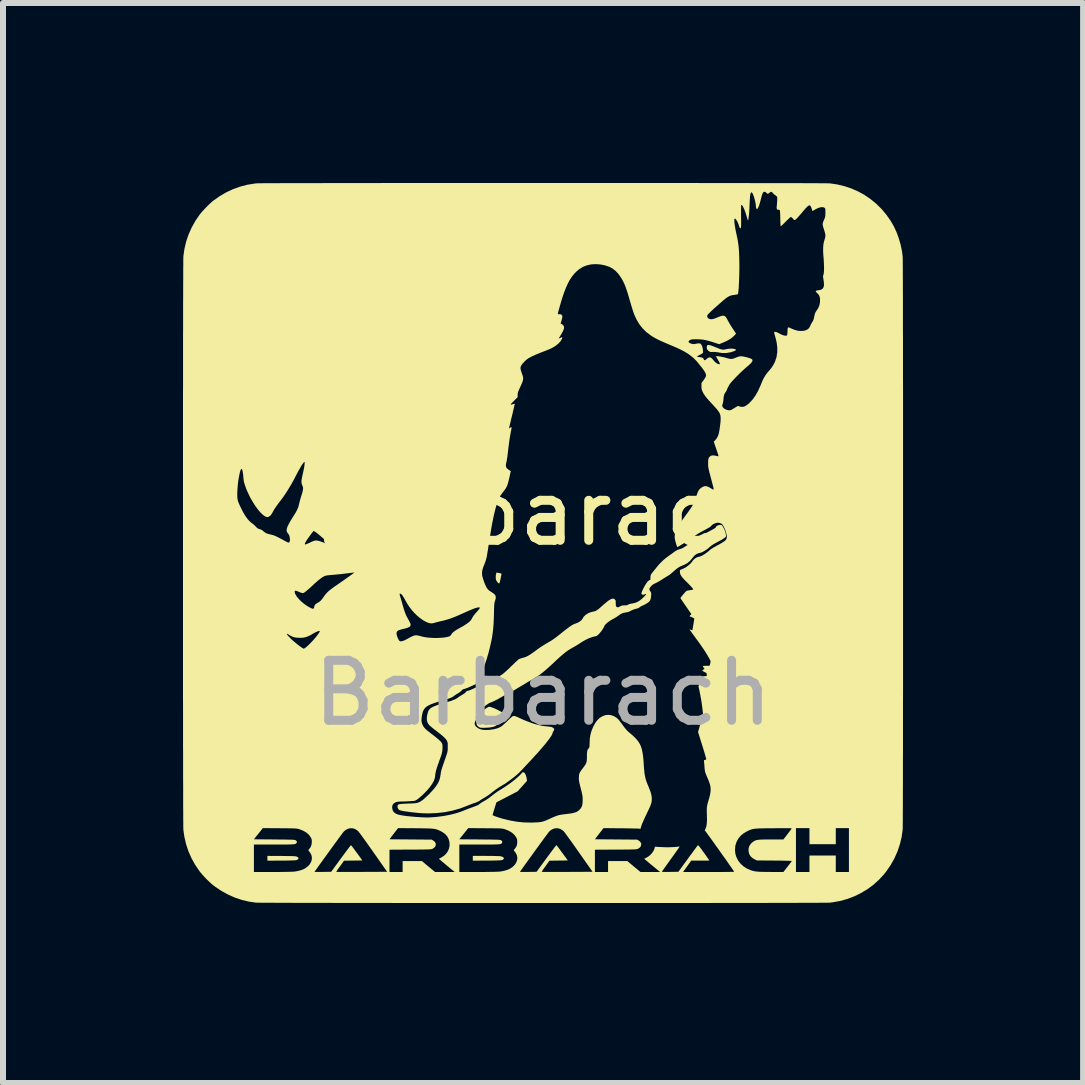
<source format=kicad_pcb>
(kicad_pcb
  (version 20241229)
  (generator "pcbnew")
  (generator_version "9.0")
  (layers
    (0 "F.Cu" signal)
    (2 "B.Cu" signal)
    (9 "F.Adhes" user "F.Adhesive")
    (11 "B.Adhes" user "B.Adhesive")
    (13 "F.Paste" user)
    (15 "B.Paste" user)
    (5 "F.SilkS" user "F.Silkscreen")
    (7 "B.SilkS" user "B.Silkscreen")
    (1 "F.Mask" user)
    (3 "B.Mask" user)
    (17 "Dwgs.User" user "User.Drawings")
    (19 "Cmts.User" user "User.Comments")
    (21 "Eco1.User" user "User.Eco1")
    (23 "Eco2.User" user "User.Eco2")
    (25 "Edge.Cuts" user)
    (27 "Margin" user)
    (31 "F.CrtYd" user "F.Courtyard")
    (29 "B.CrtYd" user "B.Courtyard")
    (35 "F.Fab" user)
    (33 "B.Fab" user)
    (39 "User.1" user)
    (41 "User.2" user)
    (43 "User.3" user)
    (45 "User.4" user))
  (footprint "Barbarach"
    (layer "F.Cu")
    (at 6.001 6.001)
    (property "Reference" "Barbarach" (at 0 -0.5 0) (unlocked yes) (layer "F.SilkS") (effects (font (size 1 1) (thickness 0.15))))
    (fp_poly (pts (xy -0.949 5.215) (xy -0.891 5.216) (xy -0.839 5.216) (xy -0.793 5.217) (xy -0.755 5.218) (xy -0.725 5.219) (xy -0.706 5.221) (xy -0.701 5.222) (xy -0.675 5.231) (xy -0.658 5.242) (xy -0.652 5.255) (xy -0.656 5.268) (xy -0.672 5.28) (xy -0.675 5.281) (xy -0.682 5.284) (xy -0.691 5.286) (xy -0.704 5.288) (xy -0.721 5.289) (xy -0.743 5.29) (xy -0.773 5.291) (xy -0.811 5.292) (xy -0.859 5.293) (xy -0.917 5.293) (xy -0.934 5.293) (xy -1.17 5.295) (xy -1.17 5.215)) (stroke (width 0) (type solid)) (fill yes) (layer "F.SilkS"))
    (fp_poly (pts (xy -0.755 0.496) (xy -0.736 0.499) (xy -0.717 0.503) (xy -0.702 0.506) (xy -0.694 0.509) (xy -0.693 0.516) (xy -0.695 0.532) (xy -0.699 0.554) (xy -0.704 0.58) (xy -0.71 0.607) (xy -0.716 0.633) (xy -0.722 0.655) (xy -0.726 0.669) (xy -0.729 0.675) (xy -0.737 0.672) (xy -0.75 0.663) (xy -0.757 0.656) (xy -0.777 0.629) (xy -0.787 0.598) (xy -0.788 0.56) (xy -0.786 0.538) (xy -0.782 0.517) (xy -0.779 0.501) (xy -0.776 0.494) (xy -0.776 0.494) (xy -0.77 0.494)) (stroke (width 0) (type solid)) (fill yes) (layer "F.SilkS"))
    (fp_poly (pts (xy -4.358 5.216) (xy -4.297 5.217) (xy -4.248 5.218) (xy -4.208 5.218) (xy -4.177 5.219) (xy -4.153 5.22) (xy -4.135 5.221) (xy -4.121 5.223) (xy -4.111 5.225) (xy -4.104 5.227) (xy -4.099 5.23) (xy -4.083 5.24) (xy -4.076 5.251) (xy -4.076 5.256) (xy -4.079 5.268) (xy -4.091 5.277) (xy -4.099 5.281) (xy -4.106 5.284) (xy -4.115 5.286) (xy -4.128 5.288) (xy -4.145 5.289) (xy -4.168 5.29) (xy -4.197 5.291) (xy -4.235 5.292) (xy -4.283 5.293) (xy -4.341 5.293) (xy -4.358 5.293) (xy -4.594 5.295) (xy -4.594 5.215)) (stroke (width 0) (type solid)) (fill yes) (layer "F.SilkS"))
    (fp_poly (pts (xy -0.874 2.733) (xy -0.847 2.742) (xy -0.813 2.755) (xy -0.775 2.772) (xy -0.736 2.792) (xy -0.698 2.813) (xy -0.662 2.835) (xy -0.641 2.85) (xy -0.602 2.877) (xy -0.677 2.952) (xy -0.712 2.987) (xy -0.741 3.013) (xy -0.766 3.033) (xy -0.79 3.047) (xy -0.814 3.058) (xy -0.84 3.066) (xy -0.847 3.067) (xy -0.872 3.072) (xy -0.904 3.076) (xy -0.939 3.078) (xy -0.974 3.08) (xy -1.007 3.08) (xy -1.033 3.079) (xy -1.048 3.077) (xy -1.068 3.067) (xy -1.087 3.051) (xy -1.102 3.032) (xy -1.109 3.013) (xy -1.109 3.01) (xy -1.106 2.995) (xy -1.099 2.974) (xy -1.094 2.962) (xy -1.085 2.943) (xy -1.079 2.925) (xy -1.078 2.918) (xy -1.074 2.896) (xy -1.06 2.869) (xy -1.039 2.839) (xy -1.015 2.812) (xy -0.986 2.785) (xy -0.957 2.761) (xy -0.93 2.743) (xy -0.908 2.732) (xy -0.894 2.729)) (stroke (width 0) (type solid)) (fill yes) (layer "F.SilkS"))
    (fp_poly (pts (xy 2.769 -3.3) (xy 2.796 -3.294) (xy 2.831 -3.281) (xy 2.869 -3.266) (xy 2.91 -3.25) (xy 2.941 -3.237) (xy 2.966 -3.229) (xy 2.986 -3.224) (xy 3.004 -3.223) (xy 3.022 -3.224) (xy 3.043 -3.228) (xy 3.063 -3.233) (xy 3.094 -3.238) (xy 3.126 -3.24) (xy 3.156 -3.24) (xy 3.182 -3.236) (xy 3.203 -3.231) (xy 3.215 -3.223) (xy 3.217 -3.217) (xy 3.211 -3.212) (xy 3.197 -3.204) (xy 3.176 -3.195) (xy 3.152 -3.187) (xy 3.127 -3.179) (xy 3.122 -3.178) (xy 3.053 -3.167) (xy 2.998 -3.167) (xy 2.979 -3.168) (xy 2.953 -3.172) (xy 2.924 -3.177) (xy 2.917 -3.178) (xy 2.884 -3.183) (xy 2.853 -3.185) (xy 2.828 -3.185) (xy 2.803 -3.184) (xy 2.786 -3.186) (xy 2.771 -3.193) (xy 2.754 -3.207) (xy 2.751 -3.209) (xy 2.738 -3.224) (xy 2.731 -3.237) (xy 2.73 -3.255) (xy 2.729 -3.259) (xy 2.732 -3.282) (xy 2.738 -3.295) (xy 2.739 -3.296) (xy 2.75 -3.301)) (stroke (width 0) (type solid)) (fill yes) (layer "F.SilkS"))
    (fp_poly (pts (xy 2.974 -0.3) (xy 2.986 -0.29) (xy 3 -0.27) (xy 3.014 -0.245) (xy 3.027 -0.215) (xy 3.038 -0.184) (xy 3.046 -0.154) (xy 3.05 -0.129) (xy 3.049 -0.111) (xy 3.044 -0.101) (xy 3.03 -0.089) (xy 3.008 -0.073) (xy 2.977 -0.054) (xy 2.937 -0.032) (xy 2.894 -0.009) (xy 2.848 0.016) (xy 2.812 0.039) (xy 2.787 0.059) (xy 2.782 0.063) (xy 2.758 0.085) (xy 2.729 0.107) (xy 2.698 0.127) (xy 2.669 0.144) (xy 2.644 0.156) (xy 2.636 0.159) (xy 2.613 0.165) (xy 2.592 0.17) (xy 2.589 0.171) (xy 2.554 0.186) (xy 2.521 0.212) (xy 2.491 0.249) (xy 2.489 0.252) (xy 2.451 0.297) (xy 2.406 0.335) (xy 2.352 0.364) (xy 2.317 0.378) (xy 2.279 0.395) (xy 2.238 0.421) (xy 2.194 0.457) (xy 2.167 0.482) (xy 2.143 0.502) (xy 2.12 0.521) (xy 2.1 0.536) (xy 2.09 0.542) (xy 2.074 0.551) (xy 2.051 0.565) (xy 2.024 0.582) (xy 1.996 0.6) (xy 1.995 0.601) (xy 1.964 0.62) (xy 1.93 0.64) (xy 1.899 0.658) (xy 1.876 0.669) (xy 1.845 0.684) (xy 1.823 0.699) (xy 1.805 0.715) (xy 1.8 0.722) (xy 1.783 0.743) (xy 1.774 0.758) (xy 1.772 0.772) (xy 1.777 0.786) (xy 1.786 0.801) (xy 1.796 0.816) (xy 1.801 0.829) (xy 1.803 0.843) (xy 1.803 0.863) (xy 1.802 0.876) (xy 1.798 0.914) (xy 1.791 0.943) (xy 1.779 0.966) (xy 1.76 0.985) (xy 1.735 1.003) (xy 1.71 1.018) (xy 1.684 1.032) (xy 1.662 1.042) (xy 1.66 1.042) (xy 1.641 1.051) (xy 1.626 1.059) (xy 1.62 1.064) (xy 1.601 1.078) (xy 1.572 1.091) (xy 1.537 1.1) (xy 1.508 1.109) (xy 1.478 1.122) (xy 1.463 1.13) (xy 1.435 1.144) (xy 1.407 1.153) (xy 1.382 1.157) (xy 1.347 1.163) (xy 1.319 1.172) (xy 1.293 1.185) (xy 1.264 1.205) (xy 1.258 1.209) (xy 1.237 1.225) (xy 1.209 1.242) (xy 1.179 1.26) (xy 1.163 1.268) (xy 1.13 1.287) (xy 1.097 1.309) (xy 1.068 1.331) (xy 1.044 1.354) (xy 1.028 1.373) (xy 1.021 1.387) (xy 1.013 1.405) (xy 0.999 1.429) (xy 0.981 1.457) (xy 0.96 1.484) (xy 0.938 1.51) (xy 0.93 1.518) (xy 0.911 1.536) (xy 0.896 1.547) (xy 0.881 1.553) (xy 0.87 1.555) (xy 0.824 1.566) (xy 0.771 1.585) (xy 0.715 1.611) (xy 0.658 1.643) (xy 0.613 1.672) (xy 0.583 1.692) (xy 0.548 1.713) (xy 0.512 1.734) (xy 0.492 1.745) (xy 0.454 1.767) (xy 0.417 1.79) (xy 0.38 1.817) (xy 0.34 1.849) (xy 0.295 1.887) (xy 0.245 1.933) (xy 0.229 1.947) (xy 0.171 2.002) (xy 0.12 2.049) (xy 0.075 2.089) (xy 0.036 2.123) (xy 0.001 2.153) (xy -0.032 2.178) (xy -0.062 2.201) (xy -0.091 2.221) (xy -0.121 2.24) (xy -0.153 2.259) (xy -0.174 2.271) (xy -0.207 2.29) (xy -0.248 2.314) (xy -0.291 2.34) (xy -0.334 2.366) (xy -0.369 2.386) (xy -0.43 2.423) (xy -0.483 2.455) (xy -0.527 2.48) (xy -0.562 2.5) (xy -0.587 2.513) (xy -0.602 2.519) (xy -0.603 2.519) (xy -0.613 2.524) (xy -0.631 2.534) (xy -0.656 2.547) (xy -0.684 2.563) (xy -0.698 2.571) (xy -0.748 2.6) (xy -0.795 2.624) (xy -0.835 2.643) (xy -0.868 2.657) (xy -0.877 2.659) (xy -0.897 2.668) (xy -0.923 2.684) (xy -0.951 2.705) (xy -0.981 2.728) (xy -1.008 2.753) (xy -1.014 2.759) (xy -1.045 2.792) (xy -1.067 2.819) (xy -1.081 2.842) (xy -1.089 2.863) (xy -1.091 2.878) (xy -1.093 2.897) (xy -1.101 2.919) (xy -1.115 2.943) (xy -1.132 2.975) (xy -1.14 3.002) (xy -1.138 3.025) (xy -1.126 3.048) (xy -1.118 3.058) (xy -1.087 3.084) (xy -1.048 3.103) (xy -1.002 3.114) (xy -0.947 3.117) (xy -0.885 3.114) (xy -0.821 3.104) (xy -0.765 3.09) (xy -0.719 3.071) (xy -0.695 3.057) (xy -0.681 3.046) (xy -0.661 3.029) (xy -0.636 3.006) (xy -0.609 2.982) (xy -0.594 2.967) (xy -0.569 2.942) (xy -0.546 2.921) (xy -0.526 2.904) (xy -0.513 2.892) (xy -0.508 2.889) (xy -0.496 2.884) (xy -0.483 2.883) (xy -0.467 2.885) (xy -0.446 2.893) (xy -0.417 2.905) (xy -0.389 2.918) (xy -0.31 2.954) (xy -0.23 2.985) (xy -0.154 3.012) (xy -0.082 3.032) (xy -0.016 3.047) (xy 0.03 3.053) (xy 0.07 3.057) (xy 0.1 3.06) (xy 0.122 3.063) (xy 0.137 3.066) (xy 0.148 3.069) (xy 0.156 3.073) (xy 0.164 3.078) (xy 0.166 3.079) (xy 0.182 3.092) (xy 0.187 3.106) (xy 0.182 3.122) (xy 0.174 3.136) (xy 0.164 3.153) (xy 0.159 3.168) (xy 0.158 3.172) (xy 0.154 3.185) (xy 0.143 3.207) (xy 0.124 3.235) (xy 0.1 3.27) (xy 0.07 3.309) (xy 0.035 3.353) (xy -0.004 3.399) (xy -0.046 3.448) (xy -0.07 3.476) (xy -0.095 3.504) (xy -0.126 3.537) (xy -0.16 3.575) (xy -0.197 3.615) (xy -0.236 3.656) (xy -0.274 3.697) (xy -0.31 3.736) (xy -0.343 3.771) (xy -0.372 3.801) (xy -0.394 3.824) (xy -0.403 3.833) (xy -0.428 3.856) (xy -0.46 3.883) (xy -0.497 3.913) (xy -0.537 3.943) (xy -0.577 3.972) (xy -0.614 3.999) (xy -0.646 4.02) (xy -0.659 4.027) (xy -0.709 4.057) (xy -0.753 4.085) (xy -0.793 4.113) (xy -0.834 4.144) (xy -0.841 4.149) (xy -0.878 4.179) (xy -0.909 4.202) (xy -0.938 4.221) (xy -0.966 4.239) (xy -0.99 4.252) (xy -1.014 4.267) (xy -1.038 4.282) (xy -1.053 4.293) (xy -1.073 4.305) (xy -1.103 4.319) (xy -1.139 4.333) (xy -1.147 4.335) (xy -1.181 4.347) (xy -1.217 4.361) (xy -1.25 4.374) (xy -1.267 4.381) (xy -1.384 4.425) (xy -1.508 4.46) (xy -1.637 4.486) (xy -1.771 4.501) (xy -1.908 4.507) (xy -2.014 4.504) (xy -2.041 4.502) (xy -2.077 4.499) (xy -2.118 4.495) (xy -2.163 4.49) (xy -2.209 4.485) (xy -2.251 4.479) (xy -2.289 4.474) (xy -2.318 4.47) (xy -2.327 4.468) (xy -2.353 4.463) (xy -2.376 4.457) (xy -2.392 4.452) (xy -2.394 4.451) (xy -2.412 4.435) (xy -2.423 4.411) (xy -2.425 4.39) (xy -2.424 4.377) (xy -2.421 4.368) (xy -2.414 4.36) (xy -2.401 4.355) (xy -2.382 4.351) (xy -2.356 4.348) (xy -2.32 4.346) (xy -2.273 4.344) (xy -2.261 4.343) (xy -2.212 4.342) (xy -2.174 4.34) (xy -2.144 4.338) (xy -2.121 4.336) (xy -2.102 4.332) (xy -2.087 4.328) (xy -2.072 4.323) (xy -2.057 4.316) (xy -2.056 4.316) (xy -2.031 4.301) (xy -2 4.279) (xy -1.966 4.249) (xy -1.929 4.215) (xy -1.891 4.178) (xy -1.855 4.139) (xy -1.821 4.101) (xy -1.791 4.064) (xy -1.773 4.038) (xy -1.748 3.998) (xy -1.731 3.96) (xy -1.718 3.919) (xy -1.709 3.872) (xy -1.706 3.851) (xy -1.704 3.835) (xy -1.702 3.819) (xy -1.698 3.803) (xy -1.694 3.785) (xy -1.687 3.763) (xy -1.679 3.737) (xy -1.668 3.704) (xy -1.654 3.665) (xy -1.637 3.616) (xy -1.617 3.558) (xy -1.606 3.525) (xy -1.598 3.5) (xy -1.593 3.48) (xy -1.59 3.461) (xy -1.588 3.44) (xy -1.588 3.412) (xy -1.588 3.4) (xy -1.588 3.367) (xy -1.588 3.344) (xy -1.59 3.327) (xy -1.594 3.314) (xy -1.599 3.302) (xy -1.602 3.296) (xy -1.613 3.278) (xy -1.629 3.259) (xy -1.65 3.237) (xy -1.678 3.212) (xy -1.714 3.182) (xy -1.758 3.148) (xy -1.777 3.133) (xy -1.809 3.109) (xy -1.839 3.085) (xy -1.865 3.063) (xy -1.886 3.045) (xy -1.899 3.032) (xy -1.899 3.032) (xy -1.92 3.003) (xy -1.932 2.972) (xy -1.937 2.936) (xy -1.935 2.893) (xy -1.928 2.858) (xy -1.922 2.831) (xy -1.914 2.808) (xy -1.905 2.788) (xy -1.891 2.771) (xy -1.874 2.754) (xy -1.851 2.739) (xy -1.821 2.725) (xy -1.785 2.71) (xy -1.74 2.694) (xy -1.686 2.677) (xy -1.621 2.658) (xy -1.587 2.648) (xy -1.537 2.633) (xy -1.497 2.618) (xy -1.463 2.604) (xy -1.435 2.588) (xy -1.412 2.572) (xy -1.391 2.557) (xy -1.364 2.54) (xy -1.337 2.524) (xy -1.335 2.523) (xy -1.312 2.508) (xy -1.294 2.494) (xy -1.286 2.483) (xy -1.286 2.483) (xy -1.279 2.473) (xy -1.265 2.466) (xy -1.249 2.462) (xy -1.231 2.457) (xy -1.205 2.447) (xy -1.176 2.435) (xy -1.153 2.424) (xy -1.122 2.41) (xy -1.091 2.397) (xy -1.063 2.385) (xy -1.048 2.379) (xy -1.02 2.369) (xy -0.992 2.357) (xy -0.961 2.342) (xy -0.926 2.322) (xy -0.882 2.297) (xy -0.877 2.294) (xy -0.846 2.276) (xy -0.811 2.258) (xy -0.779 2.242) (xy -0.761 2.233) (xy -0.737 2.223) (xy -0.716 2.212) (xy -0.697 2.201) (xy -0.677 2.188) (xy -0.657 2.172) (xy -0.634 2.152) (xy -0.606 2.127) (xy -0.573 2.096) (xy -0.536 2.06) (xy -0.504 2.03) (xy -0.474 2.001) (xy -0.448 1.976) (xy -0.426 1.956) (xy -0.41 1.942) (xy -0.402 1.936) (xy -0.389 1.93) (xy -0.368 1.923) (xy -0.343 1.915) (xy -0.335 1.913) (xy -0.308 1.906) (xy -0.282 1.896) (xy -0.257 1.884) (xy -0.229 1.868) (xy -0.197 1.847) (xy -0.158 1.82) (xy -0.14 1.807) (xy -0.098 1.776) (xy -0.062 1.75) (xy -0.03 1.728) (xy 0.002 1.708) (xy 0.035 1.687) (xy 0.075 1.664) (xy 0.085 1.658) (xy 0.112 1.642) (xy 0.136 1.628) (xy 0.157 1.614) (xy 0.178 1.6) (xy 0.2 1.584) (xy 0.226 1.565) (xy 0.256 1.541) (xy 0.293 1.512) (xy 0.329 1.483) (xy 0.378 1.444) (xy 0.42 1.413) (xy 0.454 1.388) (xy 0.482 1.37) (xy 0.505 1.357) (xy 0.524 1.348) (xy 0.532 1.346) (xy 0.574 1.331) (xy 0.611 1.31) (xy 0.641 1.286) (xy 0.661 1.259) (xy 0.664 1.252) (xy 0.681 1.225) (xy 0.708 1.2) (xy 0.741 1.177) (xy 0.779 1.159) (xy 0.819 1.147) (xy 0.83 1.145) (xy 0.857 1.139) (xy 0.881 1.13) (xy 0.905 1.115) (xy 0.933 1.095) (xy 0.963 1.068) (xy 1.011 1.025) (xy 1.053 0.99) (xy 1.087 0.963) (xy 1.116 0.944) (xy 1.14 0.932) (xy 1.16 0.927) (xy 1.177 0.928) (xy 1.191 0.935) (xy 1.197 0.941) (xy 1.205 0.95) (xy 1.21 0.96) (xy 1.212 0.975) (xy 1.212 0.998) (xy 1.212 1.004) (xy 1.213 1.03) (xy 1.215 1.047) (xy 1.219 1.057) (xy 1.224 1.062) (xy 1.24 1.071) (xy 1.259 1.07) (xy 1.283 1.058) (xy 1.286 1.056) (xy 1.301 1.047) (xy 1.316 1.042) (xy 1.335 1.04) (xy 1.359 1.039) (xy 1.386 1.038) (xy 1.405 1.035) (xy 1.416 1.029) (xy 1.419 1.027) (xy 1.433 1.02) (xy 1.457 1.013) (xy 1.486 1.008) (xy 1.531 0.999) (xy 1.57 0.984) (xy 1.608 0.962) (xy 1.646 0.932) (xy 1.661 0.918) (xy 1.687 0.892) (xy 1.706 0.872) (xy 1.716 0.858) (xy 1.718 0.85) (xy 1.711 0.849) (xy 1.695 0.855) (xy 1.694 0.856) (xy 1.672 0.863) (xy 1.655 0.86) (xy 1.643 0.849) (xy 1.641 0.843) (xy 1.641 0.834) (xy 1.645 0.82) (xy 1.653 0.799) (xy 1.667 0.77) (xy 1.676 0.751) (xy 1.703 0.701) (xy 1.728 0.663) (xy 1.75 0.636) (xy 1.769 0.621) (xy 1.776 0.619) (xy 1.785 0.616) (xy 1.789 0.61) (xy 1.791 0.598) (xy 1.79 0.58) (xy 1.792 0.554) (xy 1.797 0.532) (xy 1.809 0.51) (xy 1.829 0.485) (xy 1.832 0.481) (xy 1.846 0.464) (xy 1.865 0.441) (xy 1.885 0.416) (xy 1.896 0.402) (xy 1.929 0.362) (xy 1.967 0.322) (xy 2.007 0.284) (xy 2.046 0.251) (xy 2.074 0.23) (xy 2.096 0.214) (xy 2.123 0.195) (xy 2.151 0.175) (xy 2.16 0.168) (xy 2.203 0.137) (xy 2.24 0.116) (xy 2.274 0.103) (xy 2.285 0.101) (xy 2.317 0.089) (xy 2.355 0.068) (xy 2.368 0.059) (xy 2.382 0.05) (xy 2.403 0.037) (xy 2.427 0.022) (xy 2.442 0.013) (xy 2.472 -0.006) (xy 2.505 -0.028) (xy 2.536 -0.049) (xy 2.544 -0.055) (xy 2.578 -0.08) (xy 2.608 -0.101) (xy 2.635 -0.119) (xy 2.664 -0.137) (xy 2.696 -0.155) (xy 2.735 -0.176) (xy 2.754 -0.186) (xy 2.795 -0.208) (xy 2.827 -0.225) (xy 2.85 -0.238) (xy 2.866 -0.248) (xy 2.876 -0.256) (xy 2.881 -0.262) (xy 2.882 -0.266) (xy 2.887 -0.277) (xy 2.902 -0.288) (xy 2.922 -0.296) (xy 2.944 -0.302) (xy 2.964 -0.302)) (stroke (width 0) (type solid)) (fill yes) (layer "F.SilkS"))
    (fp_poly (pts (xy 0.05 -6.001) (xy 0.26 -6.001) (xy 0.469 -6.001) (xy 0.678 -6.001) (xy 0.885 -6.001) (xy 1.091 -6.001) (xy 1.295 -6.001) (xy 1.497 -6.001) (xy 1.696 -6.001) (xy 1.892 -6.001) (xy 2.085 -6.001) (xy 2.274 -6.001) (xy 2.46 -6.001) (xy 2.64 -6) (xy 2.816 -6) (xy 2.987 -6) (xy 3.152 -6) (xy 3.312 -6) (xy 3.465 -5.999) (xy 3.612 -5.999) (xy 3.752 -5.999) (xy 3.884 -5.999) (xy 4.009 -5.998) (xy 4.125 -5.998) (xy 4.234 -5.998) (xy 4.334 -5.998) (xy 4.424 -5.997) (xy 4.505 -5.997) (xy 4.576 -5.997) (xy 4.637 -5.996) (xy 4.688 -5.996) (xy 4.728 -5.996) (xy 4.756 -5.995) (xy 4.773 -5.995) (xy 4.777 -5.995) (xy 4.898 -5.978) (xy 5.02 -5.949) (xy 5.138 -5.91) (xy 5.252 -5.86) (xy 5.355 -5.804) (xy 5.458 -5.734) (xy 5.554 -5.655) (xy 5.644 -5.566) (xy 5.725 -5.469) (xy 5.796 -5.368) (xy 5.847 -5.279) (xy 5.892 -5.182) (xy 5.93 -5.079) (xy 5.961 -4.972) (xy 5.983 -4.865) (xy 5.995 -4.774) (xy 5.995 -4.763) (xy 5.996 -4.741) (xy 5.996 -4.708) (xy 5.996 -4.663) (xy 5.997 -4.608) (xy 5.997 -4.542) (xy 5.997 -4.467) (xy 5.998 -4.381) (xy 5.998 -4.287) (xy 5.998 -4.183) (xy 5.999 -4.071) (xy 5.999 -3.951) (xy 5.999 -3.822) (xy 5.999 -3.687) (xy 5.999 -3.544) (xy 6 -3.394) (xy 6 -3.238) (xy 6 -3.076) (xy 6 -2.908) (xy 6 -2.735) (xy 6.001 -2.557) (xy 6.001 -2.374) (xy 6.001 -2.187) (xy 6.001 -1.996) (xy 6.001 -1.802) (xy 6.001 -1.605) (xy 6.001 -1.404) (xy 6.001 -1.201) (xy 6.001 -0.997) (xy 6.001 -0.79) (xy 6.001 -0.582) (xy 6.001 -0.373) (xy 6.001 -0.163) (xy 6.001 0.047) (xy 6.001 0.256) (xy 6.001 0.466) (xy 6.001 0.674) (xy 6.001 0.882) (xy 6.001 1.088) (xy 6.001 1.292) (xy 6.001 1.493) (xy 6.001 1.692) (xy 6.001 1.889) (xy 6.001 2.081) (xy 6.001 2.271) (xy 6.001 2.456) (xy 6 2.636) (xy 6 2.812) (xy 6 2.983) (xy 6 3.149) (xy 6 3.308) (xy 6 3.461) (xy 5.999 3.608) (xy 5.999 3.748) (xy 5.999 3.88) (xy 5.999 4.005) (xy 5.998 4.122) (xy 5.998 4.23) (xy 5.998 4.33) (xy 5.998 4.42) (xy 5.997 4.502) (xy 5.997 4.573) (xy 5.997 4.634) (xy 5.996 4.685) (xy 5.996 4.724) (xy 5.996 4.753) (xy 5.995 4.769) (xy 5.995 4.774) (xy 5.978 4.899) (xy 5.948 5.022) (xy 5.908 5.142) (xy 5.856 5.258) (xy 5.794 5.368) (xy 5.722 5.473) (xy 5.68 5.526) (xy 5.596 5.616) (xy 5.504 5.699) (xy 5.404 5.772) (xy 5.297 5.836) (xy 5.186 5.89) (xy 5.069 5.934) (xy 4.949 5.967) (xy 4.826 5.989) (xy 4.777 5.995) (xy 4.767 5.995) (xy 4.745 5.995) (xy 4.712 5.996) (xy 4.668 5.996) (xy 4.613 5.996) (xy 4.547 5.997) (xy 4.472 5.997) (xy 4.387 5.997) (xy 4.293 5.997) (xy 4.189 5.998) (xy 4.077 5.998) (xy 3.957 5.998) (xy 3.829 5.998) (xy 3.694 5.999) (xy 3.551 5.999) (xy 3.402 5.999) (xy 3.246 5.999) (xy 3.084 5.999) (xy 2.917 5.999) (xy 2.744 6) (xy 2.566 6) (xy 2.383 6) (xy 2.197 6) (xy 2.006 6) (xy 1.812 6) (xy 1.614 6) (xy 1.414 6) (xy 1.211 6) (xy 1.006 6) (xy 0.8 6) (xy 0.592 6) (xy 0.383 6) (xy 0.173 6) (xy -0.037 6) (xy -0.247 6) (xy -0.456 6) (xy -0.665 6) (xy -0.872 6) (xy -1.078 6) (xy -1.283 6) (xy -1.484 6) (xy -1.684 6) (xy -1.88 6) (xy -2.074 6) (xy -2.263 6) (xy -2.449 6) (xy -2.63 5.999) (xy -2.806 5.999) (xy -2.978 5.999) (xy -3.143 5.999) (xy -3.303 5.999) (xy -3.457 5.999) (xy -3.605 5.998) (xy -3.745 5.998) (xy -3.878 5.998) (xy -4.004 5.998) (xy -4.122 5.998) (xy -4.231 5.997) (xy -4.331 5.997) (xy -4.423 5.997) (xy -4.505 5.996) (xy -4.578 5.996) (xy -4.64 5.996) (xy -4.691 5.996) (xy -4.732 5.995) (xy -4.762 5.995) (xy -4.78 5.995) (xy -4.786 5.994) (xy -4.903 5.977) (xy -5.02 5.949) (xy -5.136 5.91) (xy -5.249 5.86) (xy -5.357 5.801) (xy -5.459 5.733) (xy -5.498 5.704) (xy -5.531 5.676) (xy -5.568 5.642) (xy -5.608 5.603) (xy -5.647 5.562) (xy -5.683 5.522) (xy -5.714 5.485) (xy -5.725 5.471) (xy -5.798 5.364) (xy -5.86 5.252) (xy -5.911 5.136) (xy -5.951 5.015) (xy -5.968 4.938) (xy -4.819 4.938) (xy -4.479 4.941) (xy -4.406 4.942) (xy -4.344 4.942) (xy -4.292 4.943) (xy -4.249 4.944) (xy -4.215 4.945) (xy -4.188 4.945) (xy -4.167 4.946) (xy -4.151 4.948) (xy -4.14 4.949) (xy -4.132 4.951) (xy -4.126 4.953) (xy -4.123 4.955) (xy -4.107 4.968) (xy -4.102 4.982) (xy -4.106 4.996) (xy -4.11 5.002) (xy -4.115 5.008) (xy -4.121 5.012) (xy -4.129 5.016) (xy -4.141 5.019) (xy -4.158 5.021) (xy -4.18 5.023) (xy -4.209 5.024) (xy -4.245 5.025) (xy -4.289 5.026) (xy -4.343 5.026) (xy -4.406 5.026) (xy -4.481 5.026) (xy -4.819 5.026) (xy -4.819 5.483) (xy -4.511 5.483) (xy -4.443 5.483) (xy -4.379 5.483) (xy -4.32 5.482) (xy -4.266 5.481) (xy -4.247 5.481) (xy -3.808 5.481) (xy -3.802 5.482) (xy -3.786 5.482) (xy -3.761 5.482) (xy -3.729 5.482) (xy -3.691 5.482) (xy -3.669 5.482) (xy -3.531 5.48) (xy -3.369 5.258) (xy -3.335 5.212) (xy -3.304 5.17) (xy -3.275 5.131) (xy -3.25 5.098) (xy -3.23 5.071) (xy -3.214 5.051) (xy -3.204 5.039) (xy -3.201 5.036) (xy -3.196 5.041) (xy -3.185 5.055) (xy -3.169 5.075) (xy -3.149 5.102) (xy -3.126 5.134) (xy -3.103 5.164) (xy -3.011 5.291) (xy -3.164 5.293) (xy -3.317 5.295) (xy -3.383 5.387) (xy -3.404 5.416) (xy -3.422 5.441) (xy -3.435 5.462) (xy -3.444 5.475) (xy -3.447 5.481) (xy -3.44 5.481) (xy -3.423 5.482) (xy -3.395 5.482) (xy -3.358 5.482) (xy -3.313 5.482) (xy -3.26 5.482) (xy -3.202 5.482) (xy -3.138 5.482) (xy -3.069 5.482) (xy -3.021 5.482) (xy -2.598 5.48) (xy -2.825 5.157) (xy -2.864 5.101) (xy -2.903 5.046) (xy -2.939 4.995) (xy -2.973 4.948) (xy -2.98 4.938) (xy -2.559 4.938) (xy -1.855 4.944) (xy -1.83 4.959) (xy -1.805 4.979) (xy -1.79 5.002) (xy -1.787 5.027) (xy -1.793 5.052) (xy -1.81 5.075) (xy -1.837 5.094) (xy -1.845 5.098) (xy -1.85 5.101) (xy -1.858 5.102) (xy -1.869 5.104) (xy -1.883 5.105) (xy -1.902 5.107) (xy -1.926 5.107) (xy -1.958 5.108) (xy -1.997 5.109) (xy -2.045 5.109) (xy -2.102 5.11) (xy -2.171 5.11) (xy -2.213 5.11) (xy -2.559 5.112) (xy -2.559 5.483) (xy -2.34 5.483) (xy -2.34 5.301) (xy -2.019 5.301) (xy -1.91 5.392) (xy -1.8 5.483) (xy -1.473 5.483) (xy -1.588 5.388) (xy -1.621 5.361) (xy -1.651 5.335) (xy -1.678 5.313) (xy -1.7 5.295) (xy -1.714 5.282) (xy -1.719 5.278) (xy -1.735 5.263) (xy -1.699 5.244) (xy -1.653 5.215) (xy -1.615 5.179) (xy -1.585 5.136) (xy -1.566 5.089) (xy -1.557 5.04) (xy -1.559 4.989) (xy -1.559 4.986) (xy -1.572 4.938) (xy -1.395 4.938) (xy -1.055 4.941) (xy -0.982 4.942) (xy -0.92 4.942) (xy -0.868 4.943) (xy -0.825 4.944) (xy -0.791 4.945) (xy -0.764 4.945) (xy -0.743 4.946) (xy -0.727 4.948) (xy -0.716 4.949) (xy -0.708 4.951) (xy -0.702 4.953) (xy -0.699 4.955) (xy -0.683 4.968) (xy -0.678 4.982) (xy -0.682 4.996) (xy -0.686 5.002) (xy -0.69 5.008) (xy -0.697 5.012) (xy -0.705 5.016) (xy -0.717 5.019) (xy -0.734 5.021) (xy -0.756 5.023) (xy -0.785 5.024) (xy -0.821 5.025) (xy -0.865 5.026) (xy -0.919 5.026) (xy -0.982 5.026) (xy -1.057 5.026) (xy -1.395 5.026) (xy -1.395 5.483) (xy -1.087 5.483) (xy -1.019 5.483) (xy -0.955 5.483) (xy -0.896 5.482) (xy -0.842 5.481) (xy -0.823 5.481) (xy -0.384 5.481) (xy -0.378 5.482) (xy -0.362 5.482) (xy -0.337 5.482) (xy -0.305 5.482) (xy -0.267 5.482) (xy -0.245 5.482) (xy -0.107 5.48) (xy 0.055 5.258) (xy 0.089 5.212) (xy 0.12 5.17) (xy 0.149 5.131) (xy 0.174 5.098) (xy 0.194 5.071) (xy 0.21 5.051) (xy 0.22 5.039) (xy 0.223 5.036) (xy 0.228 5.041) (xy 0.239 5.055) (xy 0.255 5.075) (xy 0.275 5.102) (xy 0.298 5.134) (xy 0.321 5.164) (xy 0.413 5.291) (xy 0.26 5.293) (xy 0.107 5.295) (xy 0.041 5.387) (xy 0.02 5.416) (xy 0.002 5.441) (xy -0.011 5.462) (xy -0.02 5.475) (xy -0.023 5.481) (xy -0.016 5.481) (xy 0.001 5.482) (xy 0.029 5.482) (xy 0.066 5.482) (xy 0.111 5.482) (xy 0.164 5.482) (xy 0.222 5.482) (xy 0.286 5.482) (xy 0.355 5.482) (xy 0.403 5.482) (xy 0.826 5.48) (xy 0.599 5.157) (xy 0.56 5.101) (xy 0.521 5.046) (xy 0.485 4.995) (xy 0.451 4.948) (xy 0.421 4.907) (xy 0.395 4.871) (xy 0.374 4.842) (xy 0.359 4.822) (xy 0.349 4.81) (xy 0.348 4.808) (xy 0.327 4.79) (xy 0.302 4.774) (xy 0.289 4.766) (xy 0.249 4.755) (xy 0.208 4.754) (xy 0.168 4.765) (xy 0.13 4.786) (xy 0.104 4.809) (xy 0.097 4.817) (xy 0.084 4.834) (xy 0.066 4.858) (xy 0.043 4.889) (xy 0.016 4.925) (xy -0.014 4.967) (xy -0.047 5.011) (xy -0.081 5.059) (xy -0.117 5.108) (xy -0.153 5.158) (xy -0.189 5.208) (xy -0.224 5.256) (xy -0.258 5.303) (xy -0.289 5.346) (xy -0.316 5.384) (xy -0.34 5.418) (xy -0.36 5.445) (xy -0.374 5.466) (xy -0.382 5.478) (xy -0.384 5.481) (xy -0.823 5.481) (xy -0.797 5.48) (xy -0.76 5.479) (xy -0.733 5.478) (xy -0.72 5.477) (xy -0.668 5.468) (xy -0.617 5.455) (xy -0.572 5.439) (xy -0.543 5.424) (xy -0.501 5.394) (xy -0.468 5.36) (xy -0.445 5.322) (xy -0.431 5.283) (xy -0.428 5.243) (xy -0.436 5.203) (xy -0.454 5.166) (xy -0.466 5.15) (xy -0.48 5.133) (xy -0.486 5.121) (xy -0.485 5.113) (xy -0.476 5.104) (xy -0.475 5.102) (xy -0.464 5.09) (xy -0.453 5.072) (xy -0.446 5.06) (xy -0.437 5.04) (xy -0.432 5.02) (xy -0.43 4.996) (xy -0.43 4.984) (xy -0.43 4.957) (xy -0.433 4.938) (xy -0.44 4.921) (xy -0.447 4.906) (xy -0.478 4.863) (xy -0.519 4.827) (xy -0.57 4.797) (xy -0.632 4.772) (xy -0.641 4.769) (xy -0.652 4.766) (xy -0.662 4.764) (xy -0.674 4.761) (xy -0.688 4.76) (xy -0.706 4.758) (xy -0.728 4.757) (xy -0.756 4.756) (xy -0.791 4.756) (xy -0.834 4.755) (xy -0.887 4.755) (xy -0.95 4.754) (xy -0.966 4.754) (xy -1.246 4.752) (xy -1.395 4.938) (xy -1.572 4.938) (xy -1.573 4.935) (xy -1.596 4.891) (xy -1.629 4.853) (xy -1.672 4.821) (xy -1.709 4.801) (xy -1.729 4.791) (xy -1.748 4.783) (xy -1.766 4.776) (xy -1.784 4.771) (xy -1.805 4.766) (xy -1.828 4.763) (xy -1.855 4.76) (xy -1.888 4.758) (xy -1.928 4.757) (xy -1.976 4.756) (xy -2.033 4.755) (xy -2.1 4.755) (xy -2.129 4.754) (xy -2.416 4.752) (xy -2.488 4.845) (xy -2.559 4.938) (xy -2.98 4.938) (xy -3.003 4.907) (xy -3.029 4.871) (xy -3.05 4.842) (xy -3.066 4.822) (xy -3.075 4.81) (xy -3.076 4.808) (xy -3.097 4.79) (xy -3.122 4.774) (xy -3.135 4.766) (xy -3.175 4.755) (xy -3.216 4.754) (xy -3.256 4.765) (xy -3.294 4.786) (xy -3.32 4.809) (xy -3.327 4.817) (xy -3.34 4.834) (xy -3.358 4.858) (xy -3.381 4.889) (xy -3.408 4.925) (xy -3.438 4.967) (xy -3.471 5.011) (xy -3.505 5.059) (xy -3.541 5.108) (xy -3.577 5.158) (xy -3.613 5.208) (xy -3.648 5.256) (xy -3.682 5.303) (xy -3.713 5.346) (xy -3.741 5.384) (xy -3.764 5.418) (xy -3.784 5.445) (xy -3.798 5.466) (xy -3.806 5.478) (xy -3.808 5.481) (xy -4.247 5.481) (xy -4.221 5.48) (xy -4.184 5.479) (xy -4.157 5.478) (xy -4.144 5.477) (xy -4.092 5.468) (xy -4.041 5.455) (xy -3.996 5.439) (xy -3.967 5.424) (xy -3.925 5.394) (xy -3.892 5.36) (xy -3.869 5.322) (xy -3.855 5.283) (xy -3.852 5.243) (xy -3.86 5.203) (xy -3.878 5.166) (xy -3.89 5.15) (xy -3.902 5.135) (xy -3.91 5.123) (xy -3.911 5.119) (xy -3.907 5.112) (xy -3.898 5.101) (xy -3.897 5.1) (xy -3.874 5.07) (xy -3.859 5.032) (xy -3.854 4.987) (xy -3.854 4.984) (xy -3.854 4.957) (xy -3.857 4.938) (xy -3.864 4.92) (xy -3.871 4.906) (xy -3.902 4.863) (xy -3.943 4.827) (xy -3.994 4.797) (xy -4.057 4.772) (xy -4.065 4.769) (xy -4.076 4.766) (xy -4.087 4.764) (xy -4.098 4.761) (xy -4.112 4.76) (xy -4.13 4.758) (xy -4.152 4.757) (xy -4.18 4.756) (xy -4.215 4.756) (xy -4.258 4.755) (xy -4.311 4.755) (xy -4.374 4.754) (xy -4.39 4.754) (xy -4.67 4.752) (xy -4.819 4.938) (xy -5.968 4.938) (xy -5.979 4.892) (xy -5.995 4.777) (xy -5.995 4.766) (xy -5.996 4.744) (xy -5.996 4.71) (xy -5.996 4.665) (xy -5.997 4.61) (xy -5.997 4.544) (xy -5.997 4.468) (xy -5.998 4.396) (xy -2.515 4.396) (xy -2.514 4.415) (xy -2.507 4.452) (xy -2.492 4.48) (xy -2.467 4.503) (xy -2.434 4.52) (xy -2.404 4.529) (xy -2.366 4.537) (xy -2.319 4.545) (xy -2.264 4.552) (xy -2.204 4.558) (xy -2.141 4.564) (xy -2.077 4.568) (xy -2.015 4.572) (xy -1.957 4.574) (xy -1.906 4.574) (xy -1.877 4.573) (xy -1.773 4.565) (xy -1.67 4.552) (xy -1.569 4.534) (xy -1.473 4.511) (xy -1.385 4.484) (xy -1.322 4.46) (xy -1.299 4.45) (xy -1.269 4.439) (xy -1.234 4.425) (xy -1.198 4.412) (xy -1.188 4.409) (xy -1.149 4.394) (xy -1.12 4.383) (xy -1.099 4.375) (xy -1.082 4.367) (xy -1.07 4.359) (xy -1.059 4.351) (xy -1.051 4.345) (xy -1.037 4.334) (xy -1.016 4.321) (xy -0.992 4.307) (xy -0.983 4.302) (xy -0.954 4.285) (xy -0.922 4.265) (xy -0.895 4.245) (xy -0.892 4.243) (xy -0.848 4.209) (xy -0.812 4.181) (xy -0.781 4.158) (xy -0.752 4.138) (xy -0.723 4.12) (xy -0.693 4.102) (xy -0.687 4.098) (xy -0.644 4.071) (xy -0.598 4.04) (xy -0.551 4.007) (xy -0.506 3.973) (xy -0.463 3.939) (xy -0.425 3.906) (xy -0.393 3.877) (xy -0.369 3.852) (xy -0.364 3.845) (xy -0.348 3.828) (xy -0.335 3.82) (xy -0.332 3.82) (xy -0.315 3.826) (xy -0.299 3.843) (xy -0.286 3.87) (xy -0.276 3.906) (xy -0.271 3.933) (xy -0.267 3.964) (xy -0.345 4.052) (xy -0.423 4.139) (xy -0.597 4.229) (xy -0.639 4.251) (xy -0.678 4.271) (xy -0.712 4.289) (xy -0.74 4.303) (xy -0.761 4.314) (xy -0.773 4.32) (xy -0.775 4.321) (xy -0.777 4.327) (xy -0.783 4.342) (xy -0.79 4.365) (xy -0.799 4.392) (xy -0.808 4.422) (xy -0.818 4.453) (xy -0.826 4.482) (xy -0.833 4.506) (xy -0.838 4.525) (xy -0.841 4.535) (xy -0.841 4.535) (xy -0.835 4.539) (xy -0.82 4.546) (xy -0.798 4.555) (xy -0.769 4.565) (xy -0.738 4.575) (xy -0.705 4.586) (xy -0.673 4.595) (xy -0.665 4.597) (xy -0.546 4.626) (xy -0.432 4.646) (xy -0.318 4.657) (xy -0.202 4.66) (xy -0.168 4.659) (xy -0.118 4.657) (xy -0.078 4.655) (xy -0.043 4.651) (xy -0.012 4.645) (xy 0.018 4.636) (xy 0.052 4.623) (xy 0.091 4.606) (xy 0.124 4.591) (xy 0.168 4.571) (xy 0.204 4.556) (xy 0.234 4.545) (xy 0.263 4.536) (xy 0.292 4.53) (xy 0.325 4.525) (xy 0.365 4.52) (xy 0.384 4.518) (xy 0.44 4.511) (xy 0.485 4.504) (xy 0.522 4.495) (xy 0.552 4.485) (xy 0.577 4.472) (xy 0.598 4.455) (xy 0.61 4.444) (xy 0.631 4.42) (xy 0.645 4.395) (xy 0.654 4.368) (xy 0.659 4.334) (xy 0.661 4.292) (xy 0.661 4.286) (xy 0.661 4.261) (xy 0.66 4.239) (xy 0.658 4.219) (xy 0.654 4.197) (xy 0.649 4.171) (xy 0.642 4.14) (xy 0.632 4.1) (xy 0.628 4.086) (xy 0.617 4.043) (xy 0.609 4.01) (xy 0.604 3.984) (xy 0.6 3.963) (xy 0.598 3.945) (xy 0.597 3.928) (xy 0.598 3.909) (xy 0.598 3.903) (xy 0.6 3.879) (xy 0.602 3.859) (xy 0.607 3.841) (xy 0.615 3.823) (xy 0.627 3.803) (xy 0.645 3.778) (xy 0.669 3.746) (xy 0.671 3.744) (xy 0.694 3.712) (xy 0.711 3.686) (xy 0.722 3.661) (xy 0.728 3.636) (xy 0.731 3.606) (xy 0.732 3.568) (xy 0.732 3.556) (xy 0.732 3.515) (xy 0.735 3.483) (xy 0.739 3.459) (xy 0.747 3.44) (xy 0.759 3.424) (xy 0.763 3.42) (xy 0.768 3.413) (xy 0.771 3.405) (xy 0.774 3.392) (xy 0.775 3.374) (xy 0.776 3.346) (xy 0.777 3.322) (xy 0.781 3.251) (xy 0.792 3.187) (xy 0.81 3.126) (xy 0.836 3.065) (xy 0.84 3.055) (xy 0.869 3.003) (xy 0.899 2.961) (xy 0.931 2.927) (xy 0.951 2.911) (xy 0.997 2.884) (xy 1.045 2.868) (xy 1.093 2.864) (xy 1.142 2.871) (xy 1.188 2.889) (xy 1.232 2.918) (xy 1.254 2.938) (xy 1.264 2.95) (xy 1.28 2.97) (xy 1.299 2.995) (xy 1.32 3.023) (xy 1.33 3.037) (xy 1.357 3.074) (xy 1.381 3.103) (xy 1.403 3.128) (xy 1.428 3.151) (xy 1.441 3.162) (xy 1.489 3.203) (xy 1.53 3.241) (xy 1.564 3.278) (xy 1.592 3.314) (xy 1.615 3.352) (xy 1.633 3.393) (xy 1.647 3.438) (xy 1.658 3.489) (xy 1.667 3.548) (xy 1.674 3.616) (xy 1.679 3.689) (xy 1.683 3.751) (xy 1.688 3.803) (xy 1.693 3.848) (xy 1.7 3.887) (xy 1.708 3.923) (xy 1.718 3.958) (xy 1.731 3.994) (xy 1.747 4.033) (xy 1.748 4.035) (xy 1.768 4.085) (xy 1.784 4.126) (xy 1.796 4.16) (xy 1.804 4.189) (xy 1.809 4.215) (xy 1.812 4.239) (xy 1.813 4.265) (xy 1.813 4.265) (xy 1.812 4.285) (xy 1.811 4.304) (xy 1.808 4.322) (xy 1.803 4.342) (xy 1.795 4.364) (xy 1.785 4.391) (xy 1.77 4.424) (xy 1.751 4.464) (xy 1.728 4.513) (xy 1.721 4.527) (xy 1.701 4.568) (xy 1.683 4.609) (xy 1.666 4.647) (xy 1.652 4.679) (xy 1.642 4.705) (xy 1.638 4.718) (xy 1.624 4.765) (xy 1.602 4.761) (xy 1.592 4.76) (xy 1.571 4.759) (xy 1.54 4.759) (xy 1.501 4.758) (xy 1.455 4.757) (xy 1.403 4.756) (xy 1.348 4.755) (xy 1.295 4.755) (xy 1.008 4.752) (xy 0.936 4.845) (xy 0.865 4.938) (xy 1.217 4.941) (xy 1.569 4.944) (xy 1.595 4.959) (xy 1.619 4.979) (xy 1.634 5.002) (xy 1.637 5.027) (xy 1.631 5.052) (xy 1.614 5.075) (xy 1.587 5.094) (xy 1.579 5.098) (xy 1.574 5.101) (xy 1.566 5.102) (xy 1.555 5.104) (xy 1.541 5.105) (xy 1.522 5.107) (xy 1.498 5.107) (xy 1.466 5.108) (xy 1.427 5.109) (xy 1.379 5.109) (xy 1.322 5.11) (xy 1.254 5.11) (xy 1.211 5.11) (xy 0.865 5.112) (xy 0.865 5.483) (xy 1.084 5.483) (xy 1.084 5.301) (xy 1.405 5.301) (xy 1.514 5.392) (xy 1.624 5.483) (xy 1.787 5.483) (xy 1.951 5.483) (xy 1.82 5.375) (xy 1.786 5.347) (xy 1.755 5.321) (xy 1.729 5.299) (xy 1.708 5.282) (xy 1.694 5.27) (xy 1.688 5.264) (xy 1.688 5.264) (xy 1.693 5.26) (xy 1.707 5.253) (xy 1.725 5.244) (xy 1.764 5.22) (xy 1.799 5.189) (xy 1.829 5.152) (xy 1.851 5.114) (xy 1.861 5.082) (xy 1.865 5.062) (xy 1.946 5.067) (xy 1.996 5.069) (xy 2.048 5.071) (xy 2.101 5.071) (xy 2.151 5.069) (xy 2.194 5.067) (xy 2.229 5.064) (xy 2.233 5.063) (xy 2.254 5.061) (xy 2.27 5.059) (xy 2.277 5.06) (xy 2.277 5.06) (xy 2.274 5.065) (xy 2.265 5.079) (xy 2.25 5.101) (xy 2.23 5.129) (xy 2.205 5.164) (xy 2.178 5.203) (xy 2.147 5.246) (xy 2.13 5.269) (xy 2.098 5.314) (xy 2.068 5.355) (xy 2.042 5.392) (xy 2.019 5.424) (xy 2.001 5.45) (xy 1.988 5.468) (xy 1.981 5.478) (xy 1.98 5.48) (xy 1.986 5.481) (xy 2.002 5.482) (xy 2.027 5.482) (xy 2.059 5.482) (xy 2.097 5.482) (xy 2.118 5.482) (xy 2.256 5.48) (xy 2.413 5.265) (xy 2.446 5.219) (xy 2.478 5.177) (xy 2.506 5.138) (xy 2.531 5.104) (xy 2.551 5.077) (xy 2.567 5.056) (xy 2.576 5.043) (xy 2.579 5.04) (xy 2.582 5.039) (xy 2.587 5.04) (xy 2.594 5.046) (xy 2.605 5.058) (xy 2.619 5.076) (xy 2.638 5.101) (xy 2.662 5.135) (xy 2.68 5.159) (xy 2.705 5.194) (xy 2.727 5.225) (xy 2.746 5.252) (xy 2.76 5.273) (xy 2.769 5.286) (xy 2.772 5.291) (xy 2.766 5.292) (xy 2.75 5.293) (xy 2.725 5.293) (xy 2.692 5.294) (xy 2.654 5.294) (xy 2.621 5.294) (xy 2.47 5.294) (xy 2.402 5.389) (xy 2.334 5.483) (xy 2.76 5.483) (xy 2.831 5.483) (xy 2.898 5.483) (xy 2.961 5.483) (xy 3.018 5.483) (xy 3.068 5.482) (xy 3.111 5.482) (xy 3.145 5.481) (xy 3.169 5.481) (xy 3.183 5.48) (xy 3.186 5.48) (xy 3.183 5.474) (xy 3.173 5.459) (xy 3.158 5.436) (xy 3.137 5.406) (xy 3.112 5.371) (xy 3.084 5.33) (xy 3.053 5.285) (xy 3.019 5.238) (xy 2.984 5.189) (xy 2.948 5.138) (xy 2.937 5.122) (xy 3.2 5.122) (xy 3.207 5.184) (xy 3.226 5.242) (xy 3.255 5.296) (xy 3.293 5.345) (xy 3.34 5.388) (xy 3.395 5.424) (xy 3.459 5.452) (xy 3.467 5.455) (xy 3.488 5.462) (xy 3.509 5.467) (xy 3.53 5.472) (xy 3.554 5.475) (xy 3.581 5.478) (xy 3.614 5.48) (xy 3.654 5.481) (xy 3.702 5.482) (xy 3.76 5.482) (xy 3.799 5.483) (xy 4.007 5.483) (xy 4.216 5.483) (xy 4.441 5.483) (xy 4.441 5.209) (xy 4.88 5.209) (xy 4.88 5.483) (xy 5.099 5.483) (xy 5.099 4.752) (xy 4.88 4.752) (xy 4.88 5.02) (xy 4.441 5.02) (xy 4.441 4.752) (xy 4.216 4.752) (xy 4.216 5.483) (xy 4.007 5.483) (xy 4.076 5.394) (xy 4.099 5.365) (xy 4.118 5.34) (xy 4.133 5.32) (xy 4.144 5.306) (xy 4.148 5.3) (xy 4.142 5.299) (xy 4.126 5.298) (xy 4.1 5.297) (xy 4.065 5.296) (xy 4.022 5.295) (xy 3.973 5.294) (xy 3.919 5.294) (xy 3.861 5.293) (xy 3.859 5.293) (xy 3.567 5.291) (xy 3.534 5.276) (xy 3.491 5.251) (xy 3.459 5.221) (xy 3.438 5.186) (xy 3.427 5.145) (xy 3.426 5.134) (xy 3.427 5.089) (xy 3.439 5.05) (xy 3.462 5.015) (xy 3.495 4.984) (xy 3.51 4.974) (xy 3.524 4.965) (xy 3.54 4.958) (xy 3.558 4.952) (xy 3.58 4.948) (xy 3.607 4.945) (xy 3.641 4.943) (xy 3.683 4.942) (xy 3.733 4.941) (xy 3.795 4.941) (xy 3.801 4.941) (xy 4.007 4.941) (xy 4.073 4.855) (xy 4.095 4.826) (xy 4.115 4.801) (xy 4.13 4.78) (xy 4.141 4.766) (xy 4.145 4.76) (xy 4.145 4.758) (xy 4.141 4.756) (xy 4.132 4.755) (xy 4.117 4.754) (xy 4.096 4.753) (xy 4.067 4.753) (xy 4.03 4.753) (xy 3.984 4.753) (xy 3.928 4.753) (xy 3.86 4.754) (xy 3.846 4.754) (xy 3.773 4.754) (xy 3.71 4.755) (xy 3.657 4.756) (xy 3.613 4.757) (xy 3.576 4.759) (xy 3.545 4.761) (xy 3.52 4.764) (xy 3.497 4.768) (xy 3.478 4.773) (xy 3.459 4.779) (xy 3.441 4.786) (xy 3.422 4.795) (xy 3.401 4.805) (xy 3.343 4.839) (xy 3.294 4.88) (xy 3.255 4.927) (xy 3.226 4.981) (xy 3.207 5.039) (xy 3.204 5.058) (xy 3.2 5.122) (xy 2.937 5.122) (xy 2.913 5.088) (xy 2.877 5.039) (xy 2.844 4.991) (xy 2.812 4.947) (xy 2.783 4.907) (xy 2.757 4.872) (xy 2.736 4.842) (xy 2.72 4.82) (xy 2.709 4.806) (xy 2.704 4.801) (xy 2.699 4.796) (xy 2.697 4.79) (xy 2.701 4.779) (xy 2.708 4.763) (xy 2.717 4.74) (xy 2.724 4.714) (xy 2.729 4.683) (xy 2.732 4.647) (xy 2.733 4.603) (xy 2.732 4.548) (xy 2.731 4.524) (xy 2.73 4.483) (xy 2.73 4.449) (xy 2.73 4.422) (xy 2.732 4.398) (xy 2.736 4.375) (xy 2.742 4.349) (xy 2.75 4.319) (xy 2.761 4.281) (xy 2.769 4.256) (xy 2.785 4.192) (xy 2.793 4.136) (xy 2.794 4.085) (xy 2.788 4.047) (xy 2.783 4.026) (xy 2.773 3.997) (xy 2.761 3.963) (xy 2.747 3.928) (xy 2.738 3.908) (xy 2.723 3.873) (xy 2.713 3.846) (xy 2.705 3.825) (xy 2.7 3.807) (xy 2.697 3.788) (xy 2.694 3.766) (xy 2.692 3.738) (xy 2.692 3.736) (xy 2.69 3.704) (xy 2.687 3.676) (xy 2.685 3.653) (xy 2.683 3.64) (xy 2.683 3.639) (xy 2.682 3.626) (xy 2.687 3.619) (xy 2.699 3.616) (xy 2.713 3.611) (xy 2.721 3.604) (xy 2.721 3.604) (xy 2.72 3.597) (xy 2.715 3.579) (xy 2.708 3.553) (xy 2.698 3.518) (xy 2.686 3.478) (xy 2.672 3.432) (xy 2.657 3.382) (xy 2.654 3.373) (xy 2.584 3.15) (xy 2.626 3.005) (xy 2.668 2.86) (xy 2.659 2.776) (xy 2.65 2.706) (xy 2.639 2.629) (xy 2.625 2.551) (xy 2.61 2.476) (xy 2.606 2.454) (xy 2.591 2.39) (xy 2.608 2.348) (xy 2.619 2.321) (xy 2.624 2.304) (xy 2.623 2.293) (xy 2.616 2.286) (xy 2.603 2.282) (xy 2.592 2.279) (xy 2.573 2.274) (xy 2.563 2.27) (xy 2.559 2.263) (xy 2.559 2.254) (xy 2.56 2.245) (xy 2.563 2.238) (xy 2.571 2.234) (xy 2.586 2.231) (xy 2.61 2.229) (xy 2.626 2.227) (xy 2.653 2.225) (xy 2.682 2.222) (xy 2.697 2.22) (xy 2.729 2.216) (xy 2.729 2.193) (xy 2.729 2.18) (xy 2.725 2.171) (xy 2.716 2.163) (xy 2.7 2.154) (xy 2.693 2.151) (xy 2.674 2.141) (xy 2.661 2.132) (xy 2.656 2.126) (xy 2.661 2.119) (xy 2.673 2.11) (xy 2.674 2.109) (xy 2.693 2.098) (xy 2.677 2.076) (xy 2.668 2.062) (xy 2.663 2.052) (xy 2.662 2.05) (xy 2.668 2.049) (xy 2.683 2.048) (xy 2.705 2.047) (xy 2.72 2.047) (xy 2.747 2.047) (xy 2.764 2.046) (xy 2.775 2.043) (xy 2.781 2.034) (xy 2.785 2.017) (xy 2.79 1.993) (xy 2.792 1.983) (xy 2.792 1.975) (xy 2.791 1.965) (xy 2.786 1.953) (xy 2.778 1.937) (xy 2.766 1.915) (xy 2.748 1.885) (xy 2.737 1.865) (xy 2.713 1.826) (xy 2.683 1.779) (xy 2.648 1.728) (xy 2.61 1.673) (xy 2.57 1.618) (xy 2.56 1.605) (xy 2.532 1.566) (xy 2.506 1.531) (xy 2.484 1.5) (xy 2.465 1.474) (xy 2.452 1.455) (xy 2.444 1.444) (xy 2.443 1.442) (xy 2.448 1.442) (xy 2.461 1.445) (xy 2.467 1.447) (xy 2.49 1.455) (xy 2.506 1.358) (xy 2.512 1.325) (xy 2.516 1.296) (xy 2.519 1.273) (xy 2.52 1.259) (xy 2.52 1.255) (xy 2.513 1.251) (xy 2.498 1.244) (xy 2.48 1.237) (xy 2.461 1.229) (xy 2.448 1.223) (xy 2.443 1.22) (xy 2.447 1.213) (xy 2.456 1.202) (xy 2.458 1.201) (xy 2.473 1.185) (xy 2.382 1.054) (xy 2.358 1.019) (xy 2.336 0.986) (xy 2.317 0.959) (xy 2.303 0.937) (xy 2.294 0.923) (xy 2.291 0.917) (xy 2.295 0.909) (xy 2.306 0.895) (xy 2.322 0.875) (xy 2.342 0.851) (xy 2.365 0.824) (xy 2.373 0.816) (xy 2.384 0.805) (xy 2.394 0.798) (xy 2.407 0.793) (xy 2.426 0.79) (xy 2.449 0.786) (xy 2.473 0.783) (xy 2.492 0.779) (xy 2.502 0.775) (xy 2.504 0.774) (xy 2.5 0.764) (xy 2.487 0.748) (xy 2.468 0.725) (xy 2.442 0.698) (xy 2.411 0.666) (xy 2.395 0.65) (xy 2.357 0.613) (xy 2.329 0.581) (xy 2.308 0.555) (xy 2.294 0.531) (xy 2.285 0.51) (xy 2.282 0.489) (xy 2.282 0.483) (xy 2.282 0.45) (xy 2.318 0.436) (xy 2.356 0.419) (xy 2.394 0.396) (xy 2.43 0.368) (xy 2.462 0.339) (xy 2.486 0.31) (xy 2.494 0.297) (xy 2.507 0.281) (xy 2.526 0.264) (xy 2.548 0.248) (xy 2.57 0.237) (xy 2.587 0.232) (xy 2.589 0.231) (xy 2.609 0.227) (xy 2.637 0.217) (xy 2.668 0.2) (xy 2.702 0.18) (xy 2.734 0.156) (xy 2.764 0.132) (xy 2.772 0.125) (xy 2.798 0.103) (xy 2.835 0.079) (xy 2.883 0.052) (xy 2.891 0.047) (xy 2.939 0.022) (xy 2.977 0.000076) (xy 3.006 -0.018) (xy 3.028 -0.034) (xy 3.044 -0.048) (xy 3.054 -0.062) (xy 3.06 -0.076) (xy 3.063 -0.09) (xy 3.063 -0.115) (xy 3.058 -0.147) (xy 3.048 -0.183) (xy 3.036 -0.22) (xy 3.022 -0.254) (xy 3.006 -0.284) (xy 2.991 -0.307) (xy 2.982 -0.316) (xy 2.952 -0.333) (xy 2.917 -0.339) (xy 2.888 -0.335) (xy 2.859 -0.325) (xy 2.833 -0.312) (xy 2.812 -0.296) (xy 2.803 -0.284) (xy 2.794 -0.275) (xy 2.776 -0.262) (xy 2.746 -0.245) (xy 2.706 -0.223) (xy 2.693 -0.216) (xy 2.655 -0.196) (xy 2.624 -0.179) (xy 2.596 -0.163) (xy 2.569 -0.146) (xy 2.54 -0.127) (xy 2.507 -0.104) (xy 2.468 -0.075) (xy 2.46 -0.069) (xy 2.432 -0.05) (xy 2.403 -0.03) (xy 2.377 -0.014) (xy 2.368 -0.008) (xy 2.341 0.008) (xy 2.311 0.026) (xy 2.287 0.041) (xy 2.267 0.053) (xy 2.25 0.062) (xy 2.241 0.067) (xy 2.24 0.067) (xy 2.235 0.061) (xy 2.229 0.047) (xy 2.222 0.025) (xy 2.214 -0.001) (xy 2.207 -0.028) (xy 2.201 -0.055) (xy 2.196 -0.078) (xy 2.195 -0.085) (xy 2.195 -0.117) (xy 2.2 -0.152) (xy 2.212 -0.191) (xy 2.231 -0.234) (xy 2.257 -0.282) (xy 2.29 -0.337) (xy 2.332 -0.398) (xy 2.377 -0.46) (xy 2.414 -0.51) (xy 2.444 -0.553) (xy 2.469 -0.589) (xy 2.489 -0.62) (xy 2.505 -0.649) (xy 2.519 -0.676) (xy 2.53 -0.704) (xy 2.541 -0.734) (xy 2.552 -0.767) (xy 2.553 -0.772) (xy 2.568 -0.818) (xy 2.582 -0.853) (xy 2.597 -0.881) (xy 2.613 -0.901) (xy 2.632 -0.918) (xy 2.634 -0.919) (xy 2.664 -0.937) (xy 2.692 -0.947) (xy 2.719 -0.948) (xy 2.748 -0.939) (xy 2.782 -0.922) (xy 2.8 -0.911) (xy 2.819 -0.899) (xy 2.833 -0.892) (xy 2.841 -0.892) (xy 2.844 -0.9) (xy 2.842 -0.916) (xy 2.836 -0.941) (xy 2.827 -0.975) (xy 2.81 -1.04) (xy 2.796 -1.094) (xy 2.784 -1.138) (xy 2.774 -1.175) (xy 2.767 -1.204) (xy 2.762 -1.228) (xy 2.758 -1.248) (xy 2.755 -1.264) (xy 2.753 -1.278) (xy 2.752 -1.292) (xy 2.752 -1.305) (xy 2.752 -1.321) (xy 2.752 -1.328) (xy 2.752 -1.368) (xy 2.756 -1.397) (xy 2.763 -1.419) (xy 2.774 -1.435) (xy 2.79 -1.448) (xy 2.799 -1.453) (xy 2.814 -1.459) (xy 2.827 -1.461) (xy 2.843 -1.46) (xy 2.863 -1.457) (xy 2.886 -1.453) (xy 2.906 -1.449) (xy 2.917 -1.446) (xy 2.921 -1.446) (xy 2.924 -1.447) (xy 2.924 -1.453) (xy 2.922 -1.464) (xy 2.917 -1.481) (xy 2.908 -1.507) (xy 2.897 -1.542) (xy 2.888 -1.566) (xy 2.846 -1.69) (xy 2.866 -1.709) (xy 2.891 -1.739) (xy 2.913 -1.777) (xy 2.927 -1.816) (xy 2.933 -1.842) (xy 2.94 -1.878) (xy 2.946 -1.919) (xy 2.952 -1.962) (xy 2.957 -2.004) (xy 2.96 -2.042) (xy 2.961 -2.07) (xy 2.96 -2.096) (xy 2.958 -2.119) (xy 2.953 -2.14) (xy 2.945 -2.161) (xy 2.933 -2.183) (xy 2.915 -2.208) (xy 2.892 -2.237) (xy 2.862 -2.27) (xy 2.825 -2.311) (xy 2.807 -2.33) (xy 2.769 -2.371) (xy 2.739 -2.406) (xy 2.714 -2.435) (xy 2.695 -2.462) (xy 2.679 -2.486) (xy 2.666 -2.511) (xy 2.66 -2.521) (xy 2.651 -2.544) (xy 2.645 -2.562) (xy 2.642 -2.583) (xy 2.641 -2.609) (xy 2.641 -2.614) (xy 2.641 -2.666) (xy 2.674 -2.711) (xy 2.694 -2.74) (xy 2.707 -2.761) (xy 2.714 -2.779) (xy 2.717 -2.794) (xy 2.717 -2.798) (xy 2.713 -2.819) (xy 2.7 -2.847) (xy 2.679 -2.881) (xy 2.651 -2.919) (xy 2.642 -2.931) (xy 2.62 -2.957) (xy 2.598 -2.985) (xy 2.578 -3.009) (xy 2.566 -3.024) (xy 2.548 -3.044) (xy 2.524 -3.068) (xy 2.5 -3.091) (xy 2.492 -3.097) (xy 2.457 -3.125) (xy 2.422 -3.151) (xy 2.384 -3.175) (xy 2.342 -3.199) (xy 2.294 -3.224) (xy 2.239 -3.25) (xy 2.175 -3.278) (xy 2.117 -3.302) (xy 2.049 -3.331) (xy 1.991 -3.356) (xy 1.986 -3.358) (xy 2.426 -3.358) (xy 2.429 -3.345) (xy 2.445 -3.333) (xy 2.47 -3.323) (xy 2.483 -3.32) (xy 2.503 -3.316) (xy 2.522 -3.316) (xy 2.545 -3.32) (xy 2.559 -3.323) (xy 2.589 -3.328) (xy 2.611 -3.327) (xy 2.627 -3.32) (xy 2.64 -3.305) (xy 2.646 -3.294) (xy 2.653 -3.275) (xy 2.66 -3.251) (xy 2.665 -3.224) (xy 2.667 -3.2) (xy 2.667 -3.18) (xy 2.665 -3.169) (xy 2.657 -3.162) (xy 2.641 -3.151) (xy 2.62 -3.139) (xy 2.608 -3.133) (xy 2.587 -3.122) (xy 2.572 -3.112) (xy 2.565 -3.106) (xy 2.566 -3.105) (xy 2.576 -3.103) (xy 2.594 -3.1) (xy 2.609 -3.099) (xy 2.64 -3.094) (xy 2.661 -3.086) (xy 2.673 -3.076) (xy 2.678 -3.064) (xy 2.685 -3.05) (xy 2.696 -3.047) (xy 2.713 -3.055) (xy 2.728 -3.068) (xy 2.752 -3.087) (xy 2.773 -3.094) (xy 2.794 -3.091) (xy 2.815 -3.077) (xy 2.838 -3.051) (xy 2.838 -3.05) (xy 2.856 -3.029) (xy 2.877 -3.009) (xy 2.893 -2.997) (xy 2.914 -2.986) (xy 2.932 -2.98) (xy 2.944 -2.98) (xy 2.949 -2.987) (xy 2.949 -2.987) (xy 2.946 -2.996) (xy 2.937 -3.014) (xy 2.925 -3.037) (xy 2.91 -3.063) (xy 2.894 -3.091) (xy 2.894 -3.091) (xy 2.88 -3.115) (xy 2.925 -3.112) (xy 2.949 -3.109) (xy 2.98 -3.103) (xy 3.015 -3.096) (xy 3.051 -3.086) (xy 3.052 -3.086) (xy 3.087 -3.076) (xy 3.114 -3.07) (xy 3.137 -3.068) (xy 3.157 -3.07) (xy 3.179 -3.076) (xy 3.207 -3.087) (xy 3.232 -3.097) (xy 3.268 -3.109) (xy 3.299 -3.113) (xy 3.319 -3.111) (xy 3.346 -3.107) (xy 3.378 -3.1) (xy 3.409 -3.092) (xy 3.439 -3.083) (xy 3.462 -3.075) (xy 3.476 -3.068) (xy 3.488 -3.057) (xy 3.492 -3.043) (xy 3.487 -3.027) (xy 3.473 -3.006) (xy 3.45 -2.982) (xy 3.417 -2.952) (xy 3.401 -2.939) (xy 3.367 -2.91) (xy 3.33 -2.876) (xy 3.29 -2.839) (xy 3.251 -2.8) (xy 3.213 -2.762) (xy 3.178 -2.725) (xy 3.149 -2.693) (xy 3.126 -2.666) (xy 3.121 -2.659) (xy 3.103 -2.633) (xy 3.087 -2.604) (xy 3.074 -2.577) (xy 3.073 -2.574) (xy 3.063 -2.549) (xy 3.051 -2.526) (xy 3.04 -2.51) (xy 3.027 -2.49) (xy 3.018 -2.468) (xy 3.012 -2.44) (xy 3.008 -2.403) (xy 3.008 -2.397) (xy 3.005 -2.369) (xy 3 -2.34) (xy 2.994 -2.318) (xy 2.994 -2.317) (xy 2.988 -2.298) (xy 2.987 -2.286) (xy 2.99 -2.276) (xy 2.995 -2.266) (xy 3.012 -2.246) (xy 3.037 -2.23) (xy 3.066 -2.218) (xy 3.095 -2.212) (xy 3.101 -2.212) (xy 3.122 -2.214) (xy 3.143 -2.221) (xy 3.162 -2.233) (xy 3.194 -2.252) (xy 3.217 -2.267) (xy 3.233 -2.276) (xy 3.244 -2.282) (xy 3.251 -2.284) (xy 3.257 -2.283) (xy 3.263 -2.281) (xy 3.268 -2.279) (xy 3.299 -2.27) (xy 3.33 -2.269) (xy 3.361 -2.278) (xy 3.394 -2.297) (xy 3.431 -2.326) (xy 3.447 -2.342) (xy 3.497 -2.396) (xy 3.542 -2.46) (xy 3.583 -2.532) (xy 3.621 -2.616) (xy 3.626 -2.627) (xy 3.647 -2.679) (xy 3.666 -2.722) (xy 3.685 -2.758) (xy 3.705 -2.791) (xy 3.727 -2.823) (xy 3.754 -2.856) (xy 3.77 -2.874) (xy 3.809 -2.922) (xy 3.839 -2.968) (xy 3.863 -3.014) (xy 3.869 -3.029) (xy 3.892 -3.099) (xy 3.904 -3.175) (xy 3.905 -3.255) (xy 3.895 -3.338) (xy 3.875 -3.424) (xy 3.868 -3.446) (xy 3.861 -3.472) (xy 3.855 -3.494) (xy 3.853 -3.509) (xy 3.853 -3.514) (xy 3.862 -3.52) (xy 3.878 -3.519) (xy 3.902 -3.512) (xy 3.93 -3.498) (xy 3.942 -3.491) (xy 3.971 -3.476) (xy 4 -3.464) (xy 4.027 -3.457) (xy 4.049 -3.455) (xy 4.063 -3.458) (xy 4.067 -3.463) (xy 4.071 -3.473) (xy 4.073 -3.489) (xy 4.074 -3.514) (xy 4.075 -3.53) (xy 4.076 -3.561) (xy 4.078 -3.581) (xy 4.084 -3.592) (xy 4.094 -3.594) (xy 4.112 -3.588) (xy 4.138 -3.576) (xy 4.144 -3.573) (xy 4.201 -3.55) (xy 4.255 -3.537) (xy 4.302 -3.534) (xy 4.351 -3.538) (xy 4.391 -3.55) (xy 4.422 -3.57) (xy 4.444 -3.598) (xy 4.454 -3.618) (xy 4.464 -3.642) (xy 4.478 -3.669) (xy 4.487 -3.682) (xy 4.497 -3.698) (xy 4.504 -3.713) (xy 4.511 -3.731) (xy 4.517 -3.754) (xy 4.523 -3.785) (xy 4.527 -3.803) (xy 4.535 -3.831) (xy 4.549 -3.858) (xy 4.561 -3.875) (xy 4.589 -3.919) (xy 4.607 -3.963) (xy 4.616 -4.012) (xy 4.617 -4.022) (xy 4.617 -4.065) (xy 4.613 -4.099) (xy 4.602 -4.127) (xy 4.584 -4.151) (xy 4.575 -4.16) (xy 4.555 -4.18) (xy 4.546 -4.193) (xy 4.548 -4.202) (xy 4.56 -4.208) (xy 4.582 -4.212) (xy 4.585 -4.212) (xy 4.62 -4.218) (xy 4.647 -4.229) (xy 4.666 -4.245) (xy 4.678 -4.269) (xy 4.683 -4.3) (xy 4.682 -4.34) (xy 4.675 -4.39) (xy 4.673 -4.404) (xy 4.669 -4.428) (xy 4.667 -4.445) (xy 4.669 -4.457) (xy 4.673 -4.468) (xy 4.678 -4.487) (xy 4.682 -4.517) (xy 4.684 -4.556) (xy 4.684 -4.603) (xy 4.682 -4.656) (xy 4.679 -4.714) (xy 4.676 -4.757) (xy 4.671 -4.818) (xy 4.669 -4.868) (xy 4.669 -4.911) (xy 4.671 -4.949) (xy 4.675 -4.984) (xy 4.682 -5.018) (xy 4.691 -5.051) (xy 4.7 -5.08) (xy 4.705 -5.103) (xy 4.707 -5.123) (xy 4.705 -5.144) (xy 4.7 -5.168) (xy 4.692 -5.198) (xy 4.682 -5.229) (xy 4.673 -5.258) (xy 4.666 -5.284) (xy 4.662 -5.306) (xy 4.661 -5.316) (xy 4.664 -5.333) (xy 4.671 -5.357) (xy 4.682 -5.384) (xy 4.684 -5.388) (xy 4.694 -5.41) (xy 4.7 -5.428) (xy 4.704 -5.444) (xy 4.706 -5.463) (xy 4.706 -5.488) (xy 4.707 -5.507) (xy 4.706 -5.537) (xy 4.706 -5.557) (xy 4.704 -5.57) (xy 4.701 -5.579) (xy 4.695 -5.585) (xy 4.691 -5.588) (xy 4.67 -5.597) (xy 4.642 -5.599) (xy 4.609 -5.592) (xy 4.571 -5.578) (xy 4.53 -5.556) (xy 4.511 -5.544) (xy 4.491 -5.532) (xy 4.481 -5.564) (xy 4.472 -5.59) (xy 4.463 -5.61) (xy 4.454 -5.623) (xy 4.444 -5.628) (xy 4.431 -5.626) (xy 4.415 -5.616) (xy 4.395 -5.597) (xy 4.369 -5.57) (xy 4.338 -5.533) (xy 4.317 -5.508) (xy 4.282 -5.467) (xy 4.253 -5.434) (xy 4.231 -5.411) (xy 4.213 -5.394) (xy 4.2 -5.385) (xy 4.192 -5.383) (xy 4.189 -5.383) (xy 4.181 -5.39) (xy 4.169 -5.402) (xy 4.162 -5.411) (xy 4.148 -5.425) (xy 4.136 -5.433) (xy 4.131 -5.435) (xy 4.123 -5.43) (xy 4.109 -5.418) (xy 4.089 -5.4) (xy 4.065 -5.377) (xy 4.043 -5.355) (xy 4.018 -5.33) (xy 3.996 -5.308) (xy 3.978 -5.292) (xy 3.966 -5.282) (xy 3.961 -5.279) (xy 3.96 -5.286) (xy 3.959 -5.304) (xy 3.957 -5.329) (xy 3.956 -5.362) (xy 3.955 -5.399) (xy 3.955 -5.409) (xy 3.954 -5.448) (xy 3.953 -5.483) (xy 3.951 -5.512) (xy 3.949 -5.533) (xy 3.947 -5.545) (xy 3.947 -5.546) (xy 3.937 -5.555) (xy 3.926 -5.555) (xy 3.909 -5.555) (xy 3.898 -5.566) (xy 3.894 -5.586) (xy 3.895 -5.605) (xy 3.899 -5.648) (xy 3.902 -5.687) (xy 3.904 -5.721) (xy 3.904 -5.747) (xy 3.904 -5.763) (xy 3.903 -5.766) (xy 3.895 -5.779) (xy 3.878 -5.793) (xy 3.873 -5.796) (xy 3.853 -5.81) (xy 3.835 -5.828) (xy 3.83 -5.833) (xy 3.818 -5.847) (xy 3.807 -5.854) (xy 3.804 -5.855) (xy 3.794 -5.851) (xy 3.78 -5.842) (xy 3.771 -5.836) (xy 3.747 -5.817) (xy 3.726 -5.836) (xy 3.705 -5.851) (xy 3.688 -5.855) (xy 3.677 -5.85) (xy 3.669 -5.843) (xy 3.662 -5.833) (xy 3.656 -5.817) (xy 3.648 -5.795) (xy 3.64 -5.764) (xy 3.631 -5.73) (xy 3.617 -5.677) (xy 3.604 -5.634) (xy 3.592 -5.602) (xy 3.581 -5.58) (xy 3.571 -5.57) (xy 3.568 -5.569) (xy 3.561 -5.57) (xy 3.556 -5.575) (xy 3.552 -5.586) (xy 3.549 -5.605) (xy 3.546 -5.633) (xy 3.546 -5.638) (xy 3.541 -5.674) (xy 3.532 -5.714) (xy 3.521 -5.753) (xy 3.509 -5.79) (xy 3.497 -5.819) (xy 3.491 -5.83) (xy 3.482 -5.843) (xy 3.476 -5.846) (xy 3.469 -5.842) (xy 3.469 -5.841) (xy 3.463 -5.834) (xy 3.459 -5.824) (xy 3.455 -5.809) (xy 3.452 -5.788) (xy 3.449 -5.76) (xy 3.447 -5.724) (xy 3.444 -5.677) (xy 3.442 -5.63) (xy 3.44 -5.575) (xy 3.437 -5.525) (xy 3.433 -5.479) (xy 3.429 -5.441) (xy 3.425 -5.41) (xy 3.421 -5.388) (xy 3.417 -5.377) (xy 3.416 -5.376) (xy 3.414 -5.381) (xy 3.409 -5.395) (xy 3.402 -5.416) (xy 3.395 -5.443) (xy 3.394 -5.445) (xy 3.381 -5.489) (xy 3.367 -5.53) (xy 3.353 -5.566) (xy 3.339 -5.596) (xy 3.327 -5.618) (xy 3.316 -5.632) (xy 3.307 -5.635) (xy 3.304 -5.634) (xy 3.303 -5.626) (xy 3.302 -5.609) (xy 3.301 -5.582) (xy 3.301 -5.547) (xy 3.301 -5.506) (xy 3.301 -5.461) (xy 3.301 -5.441) (xy 3.302 -5.385) (xy 3.302 -5.341) (xy 3.302 -5.306) (xy 3.301 -5.281) (xy 3.299 -5.263) (xy 3.297 -5.252) (xy 3.293 -5.247) (xy 3.289 -5.247) (xy 3.283 -5.25) (xy 3.281 -5.252) (xy 3.275 -5.261) (xy 3.269 -5.279) (xy 3.266 -5.291) (xy 3.258 -5.314) (xy 3.246 -5.342) (xy 3.232 -5.37) (xy 3.216 -5.393) (xy 3.207 -5.404) (xy 3.198 -5.409) (xy 3.192 -5.404) (xy 3.189 -5.387) (xy 3.189 -5.361) (xy 3.192 -5.325) (xy 3.199 -5.28) (xy 3.208 -5.226) (xy 3.217 -5.182) (xy 3.23 -5.121) (xy 3.241 -5.069) (xy 3.249 -5.024) (xy 3.255 -4.982) (xy 3.26 -4.942) (xy 3.264 -4.901) (xy 3.267 -4.855) (xy 3.269 -4.803) (xy 3.271 -4.741) (xy 3.271 -4.74) (xy 3.272 -4.691) (xy 3.273 -4.638) (xy 3.273 -4.581) (xy 3.272 -4.523) (xy 3.271 -4.465) (xy 3.269 -4.407) (xy 3.267 -4.352) (xy 3.264 -4.301) (xy 3.262 -4.255) (xy 3.258 -4.215) (xy 3.255 -4.183) (xy 3.252 -4.161) (xy 3.248 -4.149) (xy 3.248 -4.148) (xy 3.24 -4.145) (xy 3.224 -4.141) (xy 3.201 -4.138) (xy 3.195 -4.137) (xy 3.169 -4.133) (xy 3.146 -4.129) (xy 3.125 -4.123) (xy 3.105 -4.115) (xy 3.084 -4.103) (xy 3.061 -4.088) (xy 3.034 -4.068) (xy 3.003 -4.042) (xy 2.965 -4.009) (xy 2.924 -3.973) (xy 2.875 -3.93) (xy 2.835 -3.894) (xy 2.803 -3.864) (xy 2.779 -3.841) (xy 2.76 -3.822) (xy 2.747 -3.808) (xy 2.74 -3.797) (xy 2.736 -3.788) (xy 2.736 -3.785) (xy 2.741 -3.762) (xy 2.756 -3.744) (xy 2.767 -3.737) (xy 2.791 -3.73) (xy 2.821 -3.731) (xy 2.858 -3.74) (xy 2.903 -3.758) (xy 2.906 -3.76) (xy 2.934 -3.771) (xy 2.961 -3.781) (xy 2.984 -3.787) (xy 2.993 -3.788) (xy 3.012 -3.789) (xy 3.027 -3.784) (xy 3.041 -3.773) (xy 3.055 -3.755) (xy 3.071 -3.727) (xy 3.08 -3.71) (xy 3.093 -3.687) (xy 3.11 -3.656) (xy 3.131 -3.622) (xy 3.153 -3.588) (xy 3.162 -3.574) (xy 3.217 -3.49) (xy 3.195 -3.465) (xy 3.167 -3.437) (xy 3.135 -3.411) (xy 3.098 -3.388) (xy 3.054 -3.364) (xy 2.999 -3.34) (xy 2.989 -3.336) (xy 2.936 -3.314) (xy 2.843 -3.344) (xy 2.786 -3.362) (xy 2.736 -3.376) (xy 2.692 -3.385) (xy 2.65 -3.392) (xy 2.607 -3.395) (xy 2.56 -3.396) (xy 2.559 -3.396) (xy 2.524 -3.396) (xy 2.499 -3.395) (xy 2.48 -3.394) (xy 2.467 -3.39) (xy 2.455 -3.386) (xy 2.452 -3.384) (xy 2.433 -3.371) (xy 2.426 -3.358) (xy 1.986 -3.358) (xy 1.941 -3.379) (xy 1.898 -3.4) (xy 1.86 -3.421) (xy 1.825 -3.441) (xy 1.797 -3.46) (xy 1.724 -3.514) (xy 1.662 -3.575) (xy 1.608 -3.643) (xy 1.562 -3.72) (xy 1.548 -3.749) (xy 1.535 -3.775) (xy 1.524 -3.801) (xy 1.513 -3.829) (xy 1.502 -3.86) (xy 1.491 -3.896) (xy 1.478 -3.938) (xy 1.463 -3.988) (xy 1.445 -4.048) (xy 1.441 -4.063) (xy 1.419 -4.139) (xy 1.398 -4.205) (xy 1.379 -4.261) (xy 1.359 -4.311) (xy 1.339 -4.355) (xy 1.318 -4.394) (xy 1.295 -4.431) (xy 1.27 -4.467) (xy 1.253 -4.489) (xy 1.209 -4.536) (xy 1.159 -4.575) (xy 1.102 -4.605) (xy 1.037 -4.627) (xy 0.964 -4.642) (xy 0.958 -4.643) (xy 0.877 -4.649) (xy 0.801 -4.644) (xy 0.73 -4.628) (xy 0.664 -4.602) (xy 0.603 -4.564) (xy 0.556 -4.525) (xy 0.517 -4.484) (xy 0.481 -4.439) (xy 0.447 -4.387) (xy 0.415 -4.328) (xy 0.385 -4.261) (xy 0.355 -4.186) (xy 0.325 -4.1) (xy 0.296 -4.003) (xy 0.29 -3.982) (xy 0.276 -3.933) (xy 0.265 -3.894) (xy 0.257 -3.865) (xy 0.251 -3.844) (xy 0.248 -3.829) (xy 0.248 -3.82) (xy 0.25 -3.815) (xy 0.254 -3.813) (xy 0.26 -3.813) (xy 0.269 -3.814) (xy 0.272 -3.814) (xy 0.296 -3.812) (xy 0.312 -3.803) (xy 0.321 -3.789) (xy 0.322 -3.766) (xy 0.316 -3.736) (xy 0.308 -3.706) (xy 0.301 -3.684) (xy 0.296 -3.668) (xy 0.294 -3.659) (xy 0.294 -3.658) (xy 0.3 -3.655) (xy 0.312 -3.649) (xy 0.316 -3.647) (xy 0.332 -3.634) (xy 0.345 -3.617) (xy 0.345 -3.616) (xy 0.35 -3.6) (xy 0.35 -3.581) (xy 0.344 -3.558) (xy 0.332 -3.53) (xy 0.312 -3.494) (xy 0.301 -3.475) (xy 0.286 -3.45) (xy 0.274 -3.43) (xy 0.265 -3.415) (xy 0.262 -3.408) (xy 0.262 -3.408) (xy 0.267 -3.409) (xy 0.279 -3.415) (xy 0.292 -3.421) (xy 0.311 -3.429) (xy 0.32 -3.431) (xy 0.322 -3.424) (xy 0.317 -3.408) (xy 0.311 -3.395) (xy 0.291 -3.362) (xy 0.261 -3.329) (xy 0.223 -3.297) (xy 0.179 -3.267) (xy 0.13 -3.241) (xy 0.123 -3.238) (xy 0.106 -3.23) (xy 0.08 -3.22) (xy 0.048 -3.207) (xy 0.012 -3.193) (xy -0.015 -3.183) (xy -0.055 -3.167) (xy -0.097 -3.15) (xy -0.138 -3.132) (xy -0.173 -3.116) (xy -0.189 -3.109) (xy -0.221 -3.092) (xy -0.247 -3.077) (xy -0.268 -3.062) (xy -0.289 -3.044) (xy -0.308 -3.025) (xy -0.335 -2.997) (xy -0.354 -2.973) (xy -0.366 -2.953) (xy -0.369 -2.946) (xy -0.373 -2.933) (xy -0.376 -2.92) (xy -0.375 -2.906) (xy -0.372 -2.888) (xy -0.365 -2.865) (xy -0.355 -2.834) (xy -0.344 -2.803) (xy -0.336 -2.779) (xy -0.332 -2.758) (xy -0.331 -2.737) (xy -0.334 -2.715) (xy -0.342 -2.689) (xy -0.354 -2.658) (xy -0.372 -2.618) (xy -0.379 -2.603) (xy -0.395 -2.567) (xy -0.407 -2.54) (xy -0.415 -2.519) (xy -0.42 -2.502) (xy -0.422 -2.487) (xy -0.423 -2.473) (xy -0.423 -2.469) (xy -0.423 -2.431) (xy -0.487 -2.367) (xy -0.513 -2.341) (xy -0.529 -2.324) (xy -0.538 -2.313) (xy -0.539 -2.307) (xy -0.531 -2.307) (xy -0.516 -2.31) (xy -0.494 -2.316) (xy -0.48 -2.319) (xy -0.472 -2.32) (xy -0.471 -2.319) (xy -0.472 -2.313) (xy -0.476 -2.297) (xy -0.482 -2.271) (xy -0.489 -2.238) (xy -0.499 -2.198) (xy -0.509 -2.153) (xy -0.518 -2.117) (xy -0.53 -2.069) (xy -0.54 -2.025) (xy -0.549 -1.986) (xy -0.557 -1.954) (xy -0.562 -1.93) (xy -0.566 -1.915) (xy -0.567 -1.91) (xy -0.563 -1.91) (xy -0.554 -1.917) (xy -0.553 -1.918) (xy -0.538 -1.929) (xy -0.528 -1.931) (xy -0.524 -1.924) (xy -0.524 -1.923) (xy -0.525 -1.914) (xy -0.528 -1.895) (xy -0.533 -1.871) (xy -0.536 -1.856) (xy -0.546 -1.801) (xy -0.557 -1.736) (xy -0.567 -1.661) (xy -0.578 -1.578) (xy -0.585 -1.514) (xy -0.59 -1.474) (xy -0.595 -1.434) (xy -0.601 -1.397) (xy -0.606 -1.367) (xy -0.61 -1.35) (xy -0.618 -1.312) (xy -0.619 -1.282) (xy -0.612 -1.259) (xy -0.596 -1.239) (xy -0.572 -1.22) (xy -0.563 -1.215) (xy -0.538 -1.2) (xy -0.558 -1.104) (xy -0.57 -1.052) (xy -0.581 -1.009) (xy -0.591 -0.974) (xy -0.603 -0.945) (xy -0.617 -0.918) (xy -0.634 -0.892) (xy -0.652 -0.868) (xy -0.681 -0.83) (xy -0.704 -0.798) (xy -0.722 -0.771) (xy -0.736 -0.745) (xy -0.748 -0.717) (xy -0.759 -0.686) (xy -0.771 -0.647) (xy -0.783 -0.607) (xy -0.798 -0.552) (xy -0.812 -0.496) (xy -0.825 -0.437) (xy -0.838 -0.373) (xy -0.852 -0.303) (xy -0.865 -0.227) (xy -0.879 -0.142) (xy -0.894 -0.048) (xy -0.908 0.043) (xy -0.917 0.103) (xy -0.925 0.152) (xy -0.932 0.194) (xy -0.938 0.228) (xy -0.945 0.258) (xy -0.952 0.284) (xy -0.96 0.309) (xy -0.969 0.334) (xy -0.98 0.361) (xy -0.991 0.387) (xy -1.009 0.441) (xy -1.017 0.492) (xy -1.014 0.542) (xy -1.009 0.564) (xy -0.996 0.608) (xy -0.98 0.654) (xy -0.963 0.697) (xy -0.945 0.733) (xy -0.939 0.744) (xy -0.926 0.764) (xy -0.913 0.779) (xy -0.898 0.793) (xy -0.875 0.807) (xy -0.865 0.814) (xy -0.83 0.837) (xy -0.806 0.857) (xy -0.792 0.878) (xy -0.787 0.902) (xy -0.79 0.93) (xy -0.8 0.964) (xy -0.8 0.966) (xy -0.805 0.979) (xy -0.808 0.992) (xy -0.81 1.005) (xy -0.812 1.022) (xy -0.814 1.043) (xy -0.815 1.07) (xy -0.816 1.105) (xy -0.817 1.149) (xy -0.818 1.191) (xy -0.821 1.282) (xy -0.825 1.364) (xy -0.832 1.44) (xy -0.841 1.513) (xy -0.852 1.586) (xy -0.868 1.663) (xy -0.887 1.746) (xy -0.893 1.77) (xy -0.913 1.846) (xy -0.936 1.924) (xy -0.963 2.004) (xy -0.991 2.082) (xy -1.02 2.157) (xy -1.05 2.225) (xy -1.079 2.285) (xy -1.092 2.311) (xy -1.112 2.347) (xy -1.193 2.385) (xy -1.225 2.399) (xy -1.256 2.413) (xy -1.283 2.423) (xy -1.304 2.43) (xy -1.307 2.431) (xy -1.331 2.438) (xy -1.347 2.448) (xy -1.357 2.459) (xy -1.37 2.472) (xy -1.391 2.488) (xy -1.414 2.503) (xy -1.42 2.507) (xy -1.444 2.521) (xy -1.466 2.536) (xy -1.482 2.547) (xy -1.485 2.55) (xy -1.502 2.562) (xy -1.523 2.573) (xy -1.55 2.585) (xy -1.584 2.597) (xy -1.628 2.611) (xy -1.676 2.625) (xy -1.747 2.646) (xy -1.807 2.665) (xy -1.857 2.683) (xy -1.898 2.702) (xy -1.931 2.72) (xy -1.957 2.74) (xy -1.977 2.763) (xy -1.993 2.788) (xy -2.005 2.817) (xy -2.013 2.851) (xy -2.02 2.886) (xy -2.025 2.928) (xy -2.026 2.962) (xy -2.022 2.992) (xy -2.012 3.021) (xy -2.008 3.032) (xy -1.996 3.053) (xy -1.982 3.074) (xy -1.963 3.095) (xy -1.938 3.118) (xy -1.905 3.145) (xy -1.874 3.169) (xy -1.827 3.205) (xy -1.789 3.235) (xy -1.759 3.26) (xy -1.735 3.28) (xy -1.717 3.297) (xy -1.704 3.311) (xy -1.694 3.323) (xy -1.693 3.326) (xy -1.684 3.341) (xy -1.679 3.354) (xy -1.676 3.37) (xy -1.676 3.393) (xy -1.675 3.407) (xy -1.676 3.434) (xy -1.678 3.458) (xy -1.681 3.482) (xy -1.687 3.508) (xy -1.696 3.538) (xy -1.708 3.574) (xy -1.725 3.618) (xy -1.728 3.627) (xy -1.751 3.692) (xy -1.77 3.748) (xy -1.784 3.797) (xy -1.793 3.837) (xy -1.797 3.867) (xy -1.797 3.872) (xy -1.803 3.916) (xy -1.82 3.964) (xy -1.848 4.015) (xy -1.887 4.07) (xy -1.936 4.128) (xy -1.996 4.188) (xy -2.015 4.206) (xy -2.051 4.238) (xy -2.08 4.262) (xy -2.103 4.279) (xy -2.124 4.29) (xy -2.138 4.296) (xy -2.15 4.298) (xy -2.173 4.3) (xy -2.203 4.302) (xy -2.24 4.304) (xy -2.28 4.306) (xy -2.297 4.307) (xy -2.342 4.308) (xy -2.376 4.309) (xy -2.402 4.311) (xy -2.421 4.313) (xy -2.435 4.315) (xy -2.447 4.318) (xy -2.457 4.322) (xy -2.464 4.326) (xy -2.492 4.344) (xy -2.508 4.367) (xy -2.515 4.396) (xy -5.998 4.396) (xy -5.998 4.383) (xy -5.998 4.288) (xy -5.998 4.184) (xy -5.998 4.071) (xy -5.999 3.951) (xy -5.999 3.822) (xy -5.999 3.686) (xy -5.999 3.543) (xy -6 3.393) (xy -6 3.237) (xy -6 3.075) (xy -6 2.907) (xy -6 2.734) (xy -6.001 2.555) (xy -6.001 2.372) (xy -6.001 2.185) (xy -6.001 1.994) (xy -6.001 1.8) (xy -6.001 1.602) (xy -6.001 1.514) (xy -4.271 1.514) (xy -4.267 1.524) (xy -4.256 1.539) (xy -4.238 1.559) (xy -4.213 1.585) (xy -4.195 1.603) (xy -4.165 1.63) (xy -4.133 1.657) (xy -4.101 1.684) (xy -4.07 1.708) (xy -4.041 1.729) (xy -4.017 1.746) (xy -3.999 1.757) (xy -3.987 1.761) (xy -3.987 1.761) (xy -3.979 1.757) (xy -3.964 1.748) (xy -3.95 1.737) (xy -3.925 1.716) (xy -3.898 1.69) (xy -3.869 1.661) (xy -3.84 1.63) (xy -3.812 1.599) (xy -3.786 1.568) (xy -3.763 1.538) (xy -3.743 1.512) (xy -3.738 1.503) (xy -2.442 1.503) (xy -2.439 1.53) (xy -2.429 1.563) (xy -2.425 1.574) (xy -2.415 1.596) (xy -2.405 1.615) (xy -2.399 1.624) (xy -2.388 1.634) (xy -2.373 1.639) (xy -2.353 1.637) (xy -2.328 1.63) (xy -2.295 1.615) (xy -2.254 1.594) (xy -2.25 1.592) (xy -2.211 1.57) (xy -2.18 1.555) (xy -2.154 1.544) (xy -2.13 1.539) (xy -2.108 1.538) (xy -2.083 1.542) (xy -2.053 1.549) (xy -2.025 1.557) (xy -1.976 1.568) (xy -1.919 1.576) (xy -1.856 1.581) (xy -1.791 1.583) (xy -1.726 1.581) (xy -1.664 1.577) (xy -1.612 1.569) (xy -1.579 1.562) (xy -1.556 1.553) (xy -1.541 1.542) (xy -1.53 1.528) (xy -1.527 1.521) (xy -1.514 1.502) (xy -1.488 1.479) (xy -1.451 1.453) (xy -1.403 1.424) (xy -1.384 1.414) (xy -1.321 1.379) (xy -1.271 1.346) (xy -1.232 1.317) (xy -1.205 1.29) (xy -1.189 1.266) (xy -1.188 1.264) (xy -1.175 1.239) (xy -1.155 1.208) (xy -1.128 1.175) (xy -1.097 1.14) (xy -1.097 1.14) (xy -1.078 1.119) (xy -1.063 1.1) (xy -1.055 1.087) (xy -1.054 1.083) (xy -1.055 1.076) (xy -1.061 1.073) (xy -1.074 1.073) (xy -1.084 1.074) (xy -1.103 1.078) (xy -1.128 1.085) (xy -1.159 1.096) (xy -1.198 1.112) (xy -1.245 1.132) (xy -1.302 1.157) (xy -1.334 1.172) (xy -1.409 1.205) (xy -1.475 1.233) (xy -1.534 1.255) (xy -1.588 1.273) (xy -1.64 1.288) (xy -1.669 1.295) (xy -1.704 1.303) (xy -1.74 1.312) (xy -1.773 1.32) (xy -1.794 1.326) (xy -1.826 1.335) (xy -1.851 1.339) (xy -1.874 1.339) (xy -1.913 1.33) (xy -1.956 1.311) (xy -2.003 1.285) (xy -2.051 1.25) (xy -2.1 1.209) (xy -2.146 1.164) (xy -2.187 1.118) (xy -2.223 1.071) (xy -2.257 1.021) (xy -2.291 0.962) (xy -2.294 0.957) (xy -2.316 0.917) (xy -2.335 0.886) (xy -2.351 0.864) (xy -2.365 0.851) (xy -2.372 0.846) (xy -2.383 0.842) (xy -2.389 0.847) (xy -2.389 0.861) (xy -2.383 0.885) (xy -2.379 0.899) (xy -2.371 0.923) (xy -2.362 0.955) (xy -2.351 0.991) (xy -2.341 1.027) (xy -2.339 1.035) (xy -2.323 1.091) (xy -2.307 1.139) (xy -2.292 1.18) (xy -2.275 1.219) (xy -2.255 1.256) (xy -2.245 1.274) (xy -2.231 1.3) (xy -2.219 1.324) (xy -2.211 1.342) (xy -2.208 1.351) (xy -2.207 1.37) (xy -2.214 1.386) (xy -2.229 1.399) (xy -2.254 1.411) (xy -2.289 1.422) (xy -2.325 1.431) (xy -2.369 1.442) (xy -2.402 1.453) (xy -2.425 1.466) (xy -2.438 1.483) (xy -2.442 1.503) (xy -3.738 1.503) (xy -3.729 1.491) (xy -3.722 1.475) (xy -3.721 1.466) (xy -3.722 1.466) (xy -3.733 1.465) (xy -3.752 1.471) (xy -3.778 1.481) (xy -3.809 1.496) (xy -3.842 1.515) (xy -3.859 1.526) (xy -3.882 1.539) (xy -3.91 1.552) (xy -3.939 1.563) (xy -3.94 1.564) (xy -3.965 1.571) (xy -3.987 1.576) (xy -4.01 1.579) (xy -4.04 1.58) (xy -4.055 1.58) (xy -4.105 1.578) (xy -4.147 1.571) (xy -4.184 1.558) (xy -4.221 1.539) (xy -4.234 1.53) (xy -4.255 1.517) (xy -4.267 1.512) (xy -4.271 1.514) (xy -6.001 1.514) (xy -6.001 1.401) (xy -6.001 1.198) (xy -6.001 0.993) (xy -6.001 0.814) (xy -4.139 0.814) (xy -4.139 0.818) (xy -4.133 0.843) (xy -4.118 0.872) (xy -4.095 0.905) (xy -4.065 0.939) (xy -4.031 0.973) (xy -3.992 1.006) (xy -3.951 1.037) (xy -3.909 1.063) (xy -3.873 1.082) (xy -3.852 1.091) (xy -3.838 1.096) (xy -3.829 1.095) (xy -3.822 1.09) (xy -3.821 1.089) (xy -3.816 1.078) (xy -3.814 1.064) (xy -3.808 1.041) (xy -3.791 1.019) (xy -3.765 1.001) (xy -3.761 0.999) (xy -3.732 0.983) (xy -3.705 0.96) (xy -3.678 0.928) (xy -3.651 0.891) (xy -3.628 0.859) (xy -3.602 0.829) (xy -3.572 0.8) (xy -3.536 0.771) (xy -3.492 0.739) (xy -3.461 0.717) (xy -3.439 0.702) (xy -3.412 0.683) (xy -3.38 0.661) (xy -3.346 0.637) (xy -3.31 0.612) (xy -3.275 0.587) (xy -3.241 0.563) (xy -3.21 0.541) (xy -3.184 0.522) (xy -3.163 0.506) (xy -3.149 0.496) (xy -3.144 0.491) (xy -3.144 0.491) (xy -3.15 0.492) (xy -3.166 0.493) (xy -3.19 0.496) (xy -3.222 0.5) (xy -3.258 0.505) (xy -3.272 0.506) (xy -3.318 0.512) (xy -3.368 0.518) (xy -3.418 0.523) (xy -3.463 0.527) (xy -3.496 0.53) (xy -3.531 0.533) (xy -3.564 0.536) (xy -3.591 0.539) (xy -3.61 0.542) (xy -3.616 0.543) (xy -3.636 0.549) (xy -3.656 0.558) (xy -3.678 0.571) (xy -3.702 0.588) (xy -3.731 0.61) (xy -3.764 0.638) (xy -3.804 0.673) (xy -3.849 0.715) (xy -3.889 0.752) (xy -3.922 0.78) (xy -3.948 0.802) (xy -3.968 0.818) (xy -3.985 0.828) (xy -3.997 0.833) (xy -4.008 0.835) (xy -4.02 0.832) (xy -4.04 0.826) (xy -4.063 0.816) (xy -4.071 0.813) (xy -4.1 0.801) (xy -4.119 0.795) (xy -4.131 0.795) (xy -4.138 0.801) (xy -4.139 0.814) (xy -6.001 0.814) (xy -6.001 0.787) (xy -6.001 0.578) (xy -6.001 0.369) (xy -6.001 0.16) (xy -6.001 0.013) (xy -3.971 0.013) (xy -3.97 0.022) (xy -3.962 0.024) (xy -3.945 0.019) (xy -3.92 0.009) (xy -3.884 -0.007) (xy -3.881 -0.009) (xy -3.845 -0.026) (xy -3.815 -0.037) (xy -3.79 -0.042) (xy -3.765 -0.041) (xy -3.737 -0.035) (xy -3.703 -0.024) (xy -3.687 -0.018) (xy -3.648 -0.004) (xy -3.619 0.004) (xy -3.6 0.008) (xy -3.592 0.005) (xy -3.593 -0.004) (xy -3.604 -0.018) (xy -3.624 -0.039) (xy -3.632 -0.048) (xy -3.664 -0.078) (xy -3.697 -0.106) (xy -3.728 -0.133) (xy -3.757 -0.157) (xy -3.783 -0.177) (xy -3.804 -0.191) (xy -3.818 -0.199) (xy -3.824 -0.2) (xy -3.833 -0.191) (xy -3.846 -0.174) (xy -3.864 -0.152) (xy -3.883 -0.125) (xy -3.903 -0.098) (xy -3.922 -0.071) (xy -3.938 -0.048) (xy -3.95 -0.029) (xy -3.953 -0.024) (xy -3.965 -0.002) (xy -3.971 0.013) (xy -6.001 0.013) (xy -6.001 -0.05) (xy -6.001 -0.26) (xy -6.001 -0.47) (xy -6.001 -0.679) (xy -6.001 -0.829) (xy -5.096 -0.829) (xy -5.096 -0.79) (xy -5.095 -0.759) (xy -5.092 -0.733) (xy -5.087 -0.708) (xy -5.079 -0.683) (xy -5.067 -0.654) (xy -5.051 -0.618) (xy -5.039 -0.594) (xy -5.003 -0.522) (xy -4.968 -0.461) (xy -4.933 -0.411) (xy -4.899 -0.371) (xy -4.864 -0.339) (xy -4.849 -0.329) (xy -4.826 -0.311) (xy -4.803 -0.29) (xy -4.789 -0.275) (xy -4.768 -0.253) (xy -4.748 -0.24) (xy -4.723 -0.231) (xy -4.711 -0.228) (xy -4.696 -0.222) (xy -4.677 -0.21) (xy -4.663 -0.198) (xy -4.636 -0.177) (xy -4.612 -0.162) (xy -4.584 -0.152) (xy -4.55 -0.144) (xy -4.52 -0.137) (xy -4.491 -0.129) (xy -4.462 -0.117) (xy -4.429 -0.102) (xy -4.39 -0.082) (xy -4.362 -0.067) (xy -4.325 -0.047) (xy -4.297 -0.032) (xy -4.277 -0.021) (xy -4.262 -0.014) (xy -4.253 -0.01) (xy -4.247 -0.008) (xy -4.242 -0.007) (xy -4.238 -0.008) (xy -4.227 -0.014) (xy -4.221 -0.03) (xy -4.218 -0.058) (xy -4.221 -0.089) (xy -4.227 -0.118) (xy -4.237 -0.142) (xy -4.248 -0.156) (xy -4.259 -0.17) (xy -4.269 -0.187) (xy -4.273 -0.204) (xy -4.273 -0.224) (xy -4.268 -0.247) (xy -4.258 -0.276) (xy -4.241 -0.31) (xy -4.219 -0.351) (xy -4.189 -0.401) (xy -4.169 -0.433) (xy -4.142 -0.476) (xy -4.121 -0.511) (xy -4.105 -0.54) (xy -4.093 -0.566) (xy -4.083 -0.589) (xy -4.076 -0.612) (xy -4.069 -0.638) (xy -4.067 -0.649) (xy -4.059 -0.68) (xy -4.049 -0.717) (xy -4.038 -0.756) (xy -4.028 -0.787) (xy -4.015 -0.83) (xy -4.006 -0.863) (xy -4.001 -0.89) (xy -3.999 -0.911) (xy -4.001 -0.928) (xy -4.006 -0.945) (xy -4.011 -0.959) (xy -4.019 -0.978) (xy -4.024 -0.998) (xy -4.026 -1.02) (xy -4.025 -1.046) (xy -4.02 -1.077) (xy -4.012 -1.117) (xy -4.002 -1.161) (xy -3.992 -1.208) (xy -3.983 -1.251) (xy -3.977 -1.288) (xy -3.974 -1.318) (xy -3.973 -1.339) (xy -3.975 -1.351) (xy -3.977 -1.353) (xy -3.985 -1.347) (xy -3.997 -1.332) (xy -4.014 -1.309) (xy -4.033 -1.279) (xy -4.054 -1.242) (xy -4.077 -1.202) (xy -4.1 -1.158) (xy -4.111 -1.137) (xy -4.154 -1.054) (xy -4.199 -0.973) (xy -4.246 -0.895) (xy -4.292 -0.823) (xy -4.336 -0.758) (xy -4.375 -0.707) (xy -4.415 -0.655) (xy -4.45 -0.606) (xy -4.48 -0.561) (xy -4.502 -0.522) (xy -4.509 -0.509) (xy -4.522 -0.486) (xy -4.539 -0.463) (xy -4.546 -0.456) (xy -4.567 -0.44) (xy -4.589 -0.433) (xy -4.612 -0.435) (xy -4.638 -0.447) (xy -4.668 -0.469) (xy -4.702 -0.502) (xy -4.715 -0.515) (xy -4.756 -0.564) (xy -4.799 -0.623) (xy -4.84 -0.689) (xy -4.88 -0.758) (xy -4.915 -0.83) (xy -4.946 -0.9) (xy -4.964 -0.952) (xy -4.976 -0.988) (xy -4.984 -1.017) (xy -4.989 -1.045) (xy -4.993 -1.077) (xy -4.996 -1.113) (xy -5.001 -1.16) (xy -5.007 -1.196) (xy -5.013 -1.22) (xy -5.021 -1.234) (xy -5.028 -1.235) (xy -5.035 -1.227) (xy -5.044 -1.208) (xy -5.052 -1.18) (xy -5.06 -1.145) (xy -5.068 -1.104) (xy -5.076 -1.058) (xy -5.083 -1.01) (xy -5.088 -0.961) (xy -5.092 -0.912) (xy -5.095 -0.864) (xy -5.096 -0.829) (xy -6.001 -0.829) (xy -6.001 -0.886) (xy -6.001 -1.092) (xy -6.001 -1.296) (xy -6.001 -1.498) (xy -6.001 -1.697) (xy -6.001 -1.893) (xy -6.001 -2.086) (xy -6.001 -2.276) (xy -6.001 -2.461) (xy -6 -2.641) (xy -6 -2.817) (xy -6 -2.988) (xy -6 -3.154) (xy -6 -3.313) (xy -6 -3.466) (xy -5.999 -3.613) (xy -5.999 -3.753) (xy -5.999 -3.885) (xy -5.999 -4.01) (xy -5.998 -4.126) (xy -5.998 -4.235) (xy -5.998 -4.334) (xy -5.997 -4.425) (xy -5.997 -4.506) (xy -5.997 -4.577) (xy -5.996 -4.638) (xy -5.996 -4.688) (xy -5.996 -4.728) (xy -5.995 -4.756) (xy -5.995 -4.773) (xy -5.995 -4.777) (xy -5.977 -4.902) (xy -5.948 -5.025) (xy -5.907 -5.145) (xy -5.855 -5.261) (xy -5.792 -5.373) (xy -5.725 -5.471) (xy -5.698 -5.505) (xy -5.663 -5.544) (xy -5.625 -5.585) (xy -5.585 -5.625) (xy -5.547 -5.662) (xy -5.512 -5.693) (xy -5.498 -5.704) (xy -5.394 -5.778) (xy -5.284 -5.843) (xy -5.169 -5.897) (xy -5.05 -5.94) (xy -4.927 -5.972) (xy -4.803 -5.992) (xy -4.774 -5.995) (xy -4.763 -5.995) (xy -4.741 -5.996) (xy -4.708 -5.996) (xy -4.663 -5.997) (xy -4.608 -5.997) (xy -4.542 -5.997) (xy -4.466 -5.997) (xy -4.381 -5.998) (xy -4.286 -5.998) (xy -4.182 -5.998) (xy -4.07 -5.999) (xy -3.949 -5.999) (xy -3.821 -5.999) (xy -3.685 -5.999) (xy -3.542 -6) (xy -3.392 -6) (xy -3.236 -6) (xy -3.074 -6) (xy -2.906 -6) (xy -2.733 -6) (xy -2.555 -6.001) (xy -2.372 -6.001) (xy -2.185 -6.001) (xy -1.994 -6.001) (xy -1.8 -6.001) (xy -1.602 -6.001) (xy -1.401 -6.001) (xy -1.199 -6.001) (xy -0.994 -6.001) (xy -0.787 -6.001) (xy -0.579 -6.001) (xy -0.37 -6.001) (xy -0.16 -6.001)) (stroke (width 0) (type solid)) (fill yes) (layer "F.SilkS"))
    (fp_text user "${REFERENCE}" (at 0 2.5 0) (unlocked yes) (layer "F.Fab") (effects (font (size 1 1) (thickness 0.15)))))
  (gr_rect
    (start -3 -3)
    (end 15.003 15.002)
    (stroke (width 0.1) (type default))
    (fill no)
    (layer "Edge.Cuts")))
</source>
